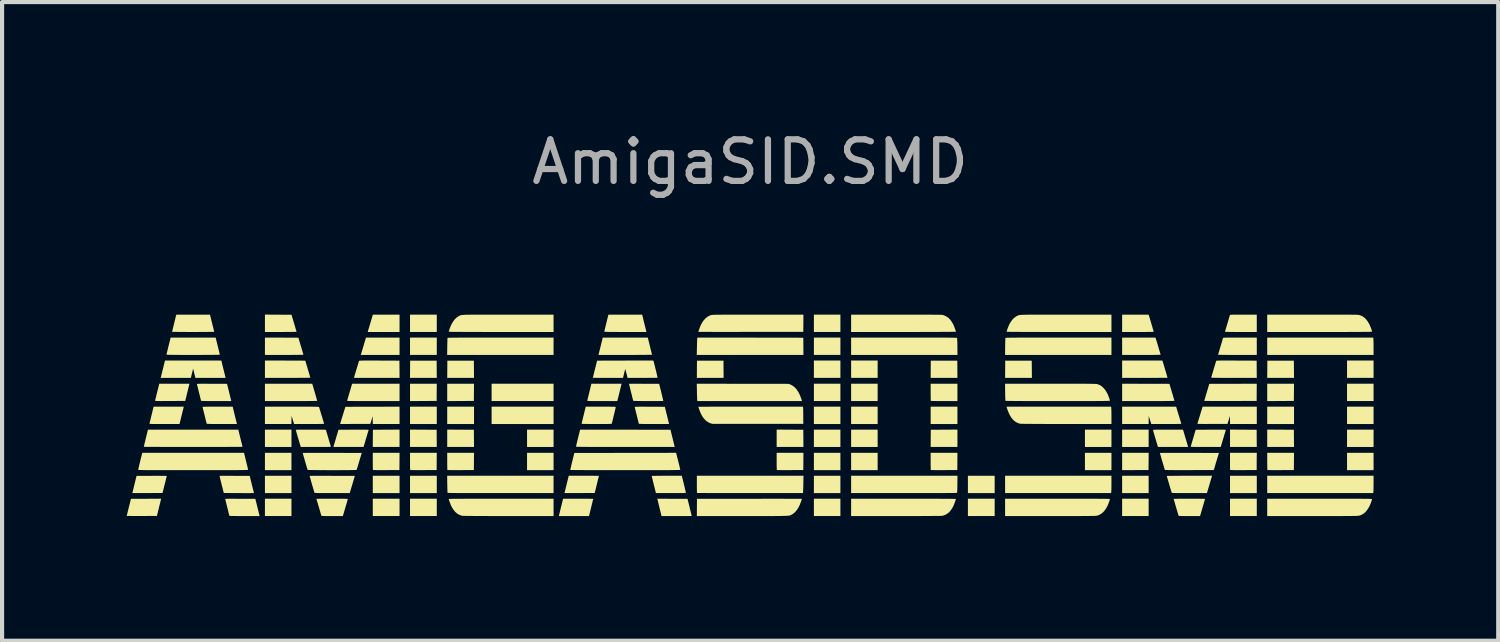
<source format=kicad_pcb>
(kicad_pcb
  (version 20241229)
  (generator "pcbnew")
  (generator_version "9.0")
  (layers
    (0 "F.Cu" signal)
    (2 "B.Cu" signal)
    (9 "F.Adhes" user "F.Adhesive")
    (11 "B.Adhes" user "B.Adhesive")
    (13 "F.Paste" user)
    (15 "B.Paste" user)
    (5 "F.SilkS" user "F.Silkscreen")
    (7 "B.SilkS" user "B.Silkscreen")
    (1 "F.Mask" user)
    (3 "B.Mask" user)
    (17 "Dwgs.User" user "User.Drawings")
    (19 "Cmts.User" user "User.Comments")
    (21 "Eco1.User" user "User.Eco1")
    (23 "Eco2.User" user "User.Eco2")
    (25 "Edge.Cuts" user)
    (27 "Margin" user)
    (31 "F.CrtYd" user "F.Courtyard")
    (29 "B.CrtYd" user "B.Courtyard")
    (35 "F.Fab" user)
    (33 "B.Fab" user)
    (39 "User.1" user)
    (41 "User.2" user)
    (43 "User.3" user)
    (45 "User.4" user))
  (footprint "AmigaSID.SMD"
    (layer "F.Cu")
    (at 15 6.944)
    (property "Reference" "AmigaSID.SMD" (at 0 -6.096 0) (unlocked yes) (layer "F.Fab") (effects (font (size 1 1) (thickness 0.15))))
    (attr smd)
    (fp_poly (pts (xy -11.037 0.761) (xy -11.675 0.761) (xy -11.675 0.344) (xy -11.037 0.344)) (stroke (width 0) (type solid)) (fill yes) (layer "F.SilkS"))
    (fp_poly (pts (xy -11.037 1.319) (xy -11.675 1.319) (xy -11.675 0.902) (xy -11.037 0.902)) (stroke (width 0) (type solid)) (fill yes) (layer "F.SilkS"))
    (fp_poly (pts (xy -11.037 1.871) (xy -11.675 1.871) (xy -11.675 1.454) (xy -11.037 1.454)) (stroke (width 0) (type solid)) (fill yes) (layer "F.SilkS"))
    (fp_poly (pts (xy -11.037 2.423) (xy -11.675 2.423) (xy -11.675 2.006) (xy -11.037 2.006)) (stroke (width 0) (type solid)) (fill yes) (layer "F.SilkS"))
    (fp_poly (pts (xy -8.436 1.871) (xy -9.08 1.871) (xy -9.08 1.454) (xy -8.436 1.454)) (stroke (width 0) (type solid)) (fill yes) (layer "F.SilkS"))
    (fp_poly (pts (xy -8.436 2.423) (xy -9.08 2.423) (xy -9.08 2.006) (xy -8.436 2.006)) (stroke (width 0) (type solid)) (fill yes) (layer "F.SilkS"))
    (fp_poly (pts (xy -7.54 -2.006) (xy -8.184 -2.006) (xy -8.184 -2.423) (xy -7.54 -2.423)) (stroke (width 0) (type solid)) (fill yes) (layer "F.SilkS"))
    (fp_poly (pts (xy -7.54 -1.454) (xy -8.184 -1.454) (xy -8.184 -1.871) (xy -7.54 -1.871)) (stroke (width 0) (type solid)) (fill yes) (layer "F.SilkS"))
    (fp_poly (pts (xy -7.54 0.209) (xy -8.184 0.209) (xy -8.184 -0.209) (xy -7.54 -0.209)) (stroke (width 0) (type solid)) (fill yes) (layer "F.SilkS"))
    (fp_poly (pts (xy -7.54 1.871) (xy -8.184 1.871) (xy -8.184 1.454) (xy -7.54 1.454)) (stroke (width 0) (type solid)) (fill yes) (layer "F.SilkS"))
    (fp_poly (pts (xy -7.54 2.423) (xy -8.184 2.423) (xy -8.184 2.006) (xy -7.54 2.006)) (stroke (width 0) (type solid)) (fill yes) (layer "F.SilkS"))
    (fp_poly (pts (xy -6.644 0.209) (xy -7.289 0.209) (xy -7.289 -0.209) (xy -6.644 -0.209)) (stroke (width 0) (type solid)) (fill yes) (layer "F.SilkS"))
    (fp_poly (pts (xy -4.73 -0.344) (xy -6.221 -0.344) (xy -6.221 -0.761) (xy -4.73 -0.761)) (stroke (width 0) (type solid)) (fill yes) (layer "F.SilkS"))
    (fp_poly (pts (xy -4.73 0.209) (xy -6.221 0.209) (xy -6.221 -0.209) (xy -4.73 -0.209)) (stroke (width 0) (type solid)) (fill yes) (layer "F.SilkS"))
    (fp_poly (pts (xy -4.73 0.761) (xy -5.368 0.761) (xy -5.368 0.344) (xy -4.73 0.344)) (stroke (width 0) (type solid)) (fill yes) (layer "F.SilkS"))
    (fp_poly (pts (xy -4.73 1.319) (xy -5.368 1.319) (xy -5.368 0.902) (xy -4.73 0.902)) (stroke (width 0) (type solid)) (fill yes) (layer "F.SilkS"))
    (fp_poly (pts (xy 2.172 -2.006) (xy 1.534 -2.006) (xy 1.534 -2.423) (xy 2.172 -2.423)) (stroke (width 0) (type solid)) (fill yes) (layer "F.SilkS"))
    (fp_poly (pts (xy 2.172 -1.454) (xy 1.534 -1.454) (xy 1.534 -1.871) (xy 2.172 -1.871)) (stroke (width 0) (type solid)) (fill yes) (layer "F.SilkS"))
    (fp_poly (pts (xy 2.172 -0.902) (xy 1.534 -0.902) (xy 1.534 -1.319) (xy 2.172 -1.319)) (stroke (width 0) (type solid)) (fill yes) (layer "F.SilkS"))
    (fp_poly (pts (xy 2.172 -0.344) (xy 1.534 -0.344) (xy 1.534 -0.761) (xy 2.172 -0.761)) (stroke (width 0) (type solid)) (fill yes) (layer "F.SilkS"))
    (fp_poly (pts (xy 2.172 0.209) (xy 1.534 0.209) (xy 1.534 -0.209) (xy 2.172 -0.209)) (stroke (width 0) (type solid)) (fill yes) (layer "F.SilkS"))
    (fp_poly (pts (xy 2.172 0.761) (xy 1.534 0.761) (xy 1.534 0.344) (xy 2.172 0.344)) (stroke (width 0) (type solid)) (fill yes) (layer "F.SilkS"))
    (fp_poly (pts (xy 2.172 1.319) (xy 1.534 1.319) (xy 1.534 0.902) (xy 2.172 0.902)) (stroke (width 0) (type solid)) (fill yes) (layer "F.SilkS"))
    (fp_poly (pts (xy 2.172 1.871) (xy 1.534 1.871) (xy 1.534 1.454) (xy 2.172 1.454)) (stroke (width 0) (type solid)) (fill yes) (layer "F.SilkS"))
    (fp_poly (pts (xy 2.172 2.423) (xy 1.534 2.423) (xy 1.534 2.006) (xy 2.172 2.006)) (stroke (width 0) (type solid)) (fill yes) (layer "F.SilkS"))
    (fp_poly (pts (xy 3.068 -0.902) (xy 2.43 -0.902) (xy 2.43 -1.319) (xy 3.068 -1.319)) (stroke (width 0) (type solid)) (fill yes) (layer "F.SilkS"))
    (fp_poly (pts (xy 3.068 -0.344) (xy 2.43 -0.344) (xy 2.43 -0.761) (xy 3.068 -0.761)) (stroke (width 0) (type solid)) (fill yes) (layer "F.SilkS"))
    (fp_poly (pts (xy 3.068 0.209) (xy 2.43 0.209) (xy 2.43 -0.209) (xy 3.068 -0.209)) (stroke (width 0) (type solid)) (fill yes) (layer "F.SilkS"))
    (fp_poly (pts (xy 3.068 0.761) (xy 2.43 0.761) (xy 2.43 0.344) (xy 3.068 0.344)) (stroke (width 0) (type solid)) (fill yes) (layer "F.SilkS"))
    (fp_poly (pts (xy 3.068 1.319) (xy 2.43 1.319) (xy 2.43 0.902) (xy 3.068 0.902)) (stroke (width 0) (type solid)) (fill yes) (layer "F.SilkS"))
    (fp_poly (pts (xy 4.988 0.209) (xy 4.344 0.209) (xy 4.344 -0.209) (xy 4.988 -0.209)) (stroke (width 0) (type solid)) (fill yes) (layer "F.SilkS"))
    (fp_poly (pts (xy 5.884 1.871) (xy 5.24 1.871) (xy 5.24 1.454) (xy 5.884 1.454)) (stroke (width 0) (type solid)) (fill yes) (layer "F.SilkS"))
    (fp_poly (pts (xy 5.884 2.423) (xy 5.24 2.423) (xy 5.24 2.006) (xy 5.884 2.006)) (stroke (width 0) (type solid)) (fill yes) (layer "F.SilkS"))
    (fp_poly (pts (xy 8.694 0.761) (xy 8.056 0.761) (xy 8.056 0.344) (xy 8.694 0.344)) (stroke (width 0) (type solid)) (fill yes) (layer "F.SilkS"))
    (fp_poly (pts (xy 8.694 1.319) (xy 8.056 1.319) (xy 8.056 0.902) (xy 8.694 0.902)) (stroke (width 0) (type solid)) (fill yes) (layer "F.SilkS"))
    (fp_poly (pts (xy 9.589 0.761) (xy 8.951 0.761) (xy 8.951 0.344) (xy 9.589 0.344)) (stroke (width 0) (type solid)) (fill yes) (layer "F.SilkS"))
    (fp_poly (pts (xy 9.589 1.871) (xy 8.951 1.871) (xy 8.951 1.454) (xy 9.589 1.454)) (stroke (width 0) (type solid)) (fill yes) (layer "F.SilkS"))
    (fp_poly (pts (xy 9.589 2.423) (xy 8.951 2.423) (xy 8.951 2.006) (xy 9.589 2.006)) (stroke (width 0) (type solid)) (fill yes) (layer "F.SilkS"))
    (fp_poly (pts (xy 12.191 1.871) (xy 11.547 1.871) (xy 11.547 1.454) (xy 12.191 1.454)) (stroke (width 0) (type solid)) (fill yes) (layer "F.SilkS"))
    (fp_poly (pts (xy 12.191 2.423) (xy 11.547 2.423) (xy 11.547 2.006) (xy 12.191 2.006)) (stroke (width 0) (type solid)) (fill yes) (layer "F.SilkS"))
    (fp_poly (pts (xy 13.087 0.209) (xy 12.442 0.209) (xy 12.442 -0.209) (xy 13.087 -0.209)) (stroke (width 0) (type solid)) (fill yes) (layer "F.SilkS"))
    (fp_poly (pts (xy 15.001 -0.902) (xy 14.363 -0.902) (xy 14.363 -1.319) (xy 15.001 -1.319)) (stroke (width 0) (type solid)) (fill yes) (layer "F.SilkS"))
    (fp_poly (pts (xy 15.001 -0.344) (xy 14.363 -0.344) (xy 14.363 -0.761) (xy 15.001 -0.761)) (stroke (width 0) (type solid)) (fill yes) (layer "F.SilkS"))
    (fp_poly (pts (xy 15.001 0.209) (xy 14.363 0.209) (xy 14.363 -0.209) (xy 15.001 -0.209)) (stroke (width 0) (type solid)) (fill yes) (layer "F.SilkS"))
    (fp_poly (pts (xy 15.001 0.761) (xy 14.363 0.761) (xy 14.363 0.344) (xy 15.001 0.344)) (stroke (width 0) (type solid)) (fill yes) (layer "F.SilkS"))
    (fp_poly (pts (xy 15.001 1.319) (xy 14.363 1.319) (xy 14.363 0.902) (xy 15.001 0.902)) (stroke (width 0) (type solid)) (fill yes) (layer "F.SilkS"))
    (fp_poly (pts (xy 4.988 -0.902) (xy 4.344 -0.902) (xy 4.345 -1.109) (xy 4.347 -1.316) (xy 4.985 -1.316)) (stroke (width 0) (type solid)) (fill yes) (layer "F.SilkS"))
    (fp_poly (pts (xy 6.778 -1.109) (xy 6.78 -0.902) (xy 6.135 -0.902) (xy 6.138 -1.316) (xy 6.776 -1.316)) (stroke (width 0) (type solid)) (fill yes) (layer "F.SilkS"))
    (fp_poly (pts (xy 9.588 1.109) (xy 9.586 1.316) (xy 8.951 1.319) (xy 8.951 0.902) (xy 9.59 0.902)) (stroke (width 0) (type solid)) (fill yes) (layer "F.SilkS"))
    (fp_poly (pts (xy -8.436 0.761) (xy -9.08 0.761) (xy -9.079 0.554) (xy -9.077 0.347) (xy -8.757 0.345) (xy -8.436 0.343)) (stroke (width 0) (type solid)) (fill yes) (layer "F.SilkS"))
    (fp_poly (pts (xy -7.864 0.345) (xy -7.543 0.347) (xy -7.542 0.554) (xy -7.54 0.761) (xy -8.184 0.761) (xy -8.184 0.343)) (stroke (width 0) (type solid)) (fill yes) (layer "F.SilkS"))
    (fp_poly (pts (xy -7.542 -1.109) (xy -7.54 -0.902) (xy -8.185 -0.902) (xy -8.183 -1.109) (xy -8.181 -1.316) (xy -7.543 -1.316)) (stroke (width 0) (type solid)) (fill yes) (layer "F.SilkS"))
    (fp_poly (pts (xy -7.542 -0.554) (xy -7.543 -0.347) (xy -7.864 -0.345) (xy -8.184 -0.343) (xy -8.184 -0.761) (xy -7.54 -0.761)) (stroke (width 0) (type solid)) (fill yes) (layer "F.SilkS"))
    (fp_poly (pts (xy -6.968 0.345) (xy -6.648 0.347) (xy -6.646 0.554) (xy -6.644 0.761) (xy -7.289 0.761) (xy -7.289 0.343)) (stroke (width 0) (type solid)) (fill yes) (layer "F.SilkS"))
    (fp_poly (pts (xy -6.646 -1.109) (xy -6.644 -0.902) (xy -7.289 -0.902) (xy -7.287 -1.109) (xy -7.286 -1.316) (xy -6.648 -1.316)) (stroke (width 0) (type solid)) (fill yes) (layer "F.SilkS"))
    (fp_poly (pts (xy -6.646 -0.554) (xy -6.648 -0.347) (xy -6.968 -0.345) (xy -7.289 -0.343) (xy -7.289 -0.761) (xy -6.644 -0.761)) (stroke (width 0) (type solid)) (fill yes) (layer "F.SilkS"))
    (fp_poly (pts (xy -0.64 -1.109) (xy -0.638 -0.902) (xy -1.282 -0.902) (xy -1.281 -1.109) (xy -1.279 -1.316) (xy -0.641 -1.316)) (stroke (width 0) (type solid)) (fill yes) (layer "F.SilkS"))
    (fp_poly (pts (xy 0.959 0.345) (xy 1.279 0.347) (xy 1.281 0.554) (xy 1.282 0.761) (xy 0.638 0.761) (xy 0.638 0.343)) (stroke (width 0) (type solid)) (fill yes) (layer "F.SilkS"))
    (fp_poly (pts (xy 4.988 0.761) (xy 4.344 0.761) (xy 4.345 0.554) (xy 4.347 0.347) (xy 4.667 0.345) (xy 4.988 0.343)) (stroke (width 0) (type solid)) (fill yes) (layer "F.SilkS"))
    (fp_poly (pts (xy 11.867 0.345) (xy 12.188 0.347) (xy 12.189 0.554) (xy 12.191 0.761) (xy 11.547 0.761) (xy 11.547 0.343)) (stroke (width 0) (type solid)) (fill yes) (layer "F.SilkS"))
    (fp_poly (pts (xy 12.763 0.345) (xy 13.083 0.347) (xy 13.085 0.554) (xy 13.087 0.761) (xy 12.442 0.761) (xy 12.442 0.343)) (stroke (width 0) (type solid)) (fill yes) (layer "F.SilkS"))
    (fp_poly (pts (xy 13.085 -1.109) (xy 13.087 -0.902) (xy 12.442 -0.902) (xy 12.444 -1.109) (xy 12.445 -1.316) (xy 13.083 -1.316)) (stroke (width 0) (type solid)) (fill yes) (layer "F.SilkS"))
    (fp_poly (pts (xy 13.085 -0.554) (xy 13.083 -0.347) (xy 12.763 -0.345) (xy 12.442 -0.343) (xy 12.442 -0.761) (xy 13.087 -0.761)) (stroke (width 0) (type solid)) (fill yes) (layer "F.SilkS"))
    (fp_poly (pts (xy 8.694 1.625) (xy 8.694 1.672) (xy 8.693 1.716) (xy 8.693 1.757) (xy 8.692 1.792) (xy 8.691 1.818) (xy 8.69 1.834) (xy 8.686 1.871) (xy 6.135 1.871) (xy 6.135 1.454) (xy 8.694 1.454)) (stroke (width 0) (type solid)) (fill yes) (layer "F.SilkS"))
    (fp_poly (pts (xy 14.997 -1.834) (xy 14.998 -1.817) (xy 14.999 -1.791) (xy 15 -1.756) (xy 15 -1.716) (xy 15.001 -1.671) (xy 15.001 -1.625) (xy 15.001 -1.454) (xy 12.442 -1.454) (xy 12.442 -1.871) (xy 14.993 -1.871)) (stroke (width 0) (type solid)) (fill yes) (layer "F.SilkS"))
    (fp_poly (pts (xy 15.001 1.625) (xy 15.001 1.672) (xy 15 1.716) (xy 15 1.757) (xy 14.999 1.792) (xy 14.998 1.818) (xy 14.997 1.834) (xy 14.993 1.871) (xy 12.442 1.871) (xy 12.442 1.454) (xy 15.001 1.454)) (stroke (width 0) (type solid)) (fill yes) (layer "F.SilkS"))
    (fp_poly (pts (xy -8.436 -2.006) (xy -9.202 -2.006) (xy -9.194 -2.035) (xy -9.19 -2.049) (xy -9.183 -2.072) (xy -9.173 -2.103) (xy -9.162 -2.141) (xy -9.149 -2.184) (xy -9.136 -2.23) (xy -9.131 -2.244) (xy -9.078 -2.423) (xy -8.436 -2.423)) (stroke (width 0) (type solid)) (fill yes) (layer "F.SilkS"))
    (fp_poly (pts (xy -8.436 -1.454) (xy -9.368 -1.454) (xy -9.359 -1.483) (xy -9.355 -1.496) (xy -9.348 -1.52) (xy -9.339 -1.551) (xy -9.328 -1.589) (xy -9.315 -1.632) (xy -9.301 -1.678) (xy -9.297 -1.692) (xy -9.244 -1.871) (xy -8.436 -1.871)) (stroke (width 0) (type solid)) (fill yes) (layer "F.SilkS"))
    (fp_poly (pts (xy 0.005 -1.87) (xy 1.279 -1.868) (xy 1.281 -1.661) (xy 1.282 -1.454) (xy -1.284 -1.454) (xy -1.28 -1.646) (xy -1.279 -1.694) (xy -1.278 -1.739) (xy -1.277 -1.778) (xy -1.275 -1.812) (xy -1.274 -1.836) (xy -1.273 -1.851) (xy -1.272 -1.854) (xy -1.269 -1.871)) (stroke (width 0) (type solid)) (fill yes) (layer "F.SilkS"))
    (fp_poly (pts (xy -8.436 0.209) (xy -9.08 0.209) (xy -9.082 0.115) (xy -9.083 0.021) (xy -9.111 0.114) (xy -9.139 0.206) (xy -9.503 0.207) (xy -9.866 0.209) (xy -9.862 0.195) (xy -9.86 0.186) (xy -9.854 0.166) (xy -9.845 0.138) (xy -9.835 0.103) (xy -9.822 0.062) (xy -9.808 0.017) (xy -9.799 -0.012) (xy -9.739 -0.206) (xy -9.088 -0.207) (xy -8.436 -0.209)) (stroke (width 0) (type solid)) (fill yes) (layer "F.SilkS"))
    (fp_poly (pts (xy 4.985 1.316) (xy 4.668 1.318) (xy 4.607 1.318) (xy 4.55 1.318) (xy 4.497 1.318) (xy 4.451 1.318) (xy 4.412 1.317) (xy 4.381 1.317) (xy 4.359 1.316) (xy 4.349 1.315) (xy 4.348 1.315) (xy 4.347 1.308) (xy 4.346 1.29) (xy 4.345 1.263) (xy 4.345 1.228) (xy 4.344 1.187) (xy 4.344 1.141) (xy 4.344 1.106) (xy 4.344 0.902) (xy 4.988 0.902)) (stroke (width 0) (type solid)) (fill yes) (layer "F.SilkS"))
    (fp_poly (pts (xy 4.988 -0.344) (xy 4.67 -0.344) (xy 4.609 -0.344) (xy 4.551 -0.344) (xy 4.498 -0.344) (xy 4.452 -0.345) (xy 4.412 -0.345) (xy 4.381 -0.346) (xy 4.36 -0.347) (xy 4.349 -0.347) (xy 4.348 -0.348) (xy 4.347 -0.355) (xy 4.346 -0.372) (xy 4.345 -0.399) (xy 4.345 -0.434) (xy 4.344 -0.476) (xy 4.344 -0.522) (xy 4.344 -0.556) (xy 4.344 -0.761) (xy 4.988 -0.761)) (stroke (width 0) (type solid)) (fill yes) (layer "F.SilkS"))
    (fp_poly (pts (xy -11.036 -2.42) (xy -10.975 -2.218) (xy -10.961 -2.17) (xy -10.948 -2.126) (xy -10.937 -2.087) (xy -10.927 -2.055) (xy -10.92 -2.031) (xy -10.916 -2.015) (xy -10.915 -2.011) (xy -10.921 -2.01) (xy -10.938 -2.009) (xy -10.965 -2.009) (xy -11.002 -2.008) (xy -11.046 -2.007) (xy -11.098 -2.007) (xy -11.156 -2.007) (xy -11.218 -2.006) (xy -11.285 -2.006) (xy -11.295 -2.006) (xy -11.675 -2.006) (xy -11.675 -2.424)) (stroke (width 0) (type solid)) (fill yes) (layer "F.SilkS"))
    (fp_poly (pts (xy -8.437 1.109) (xy -8.439 1.316) (xy -8.755 1.318) (xy -8.817 1.318) (xy -8.874 1.318) (xy -8.927 1.318) (xy -8.973 1.318) (xy -9.012 1.317) (xy -9.043 1.317) (xy -9.065 1.316) (xy -9.075 1.315) (xy -9.076 1.315) (xy -9.077 1.308) (xy -9.078 1.29) (xy -9.079 1.263) (xy -9.079 1.228) (xy -9.08 1.187) (xy -9.08 1.141) (xy -9.08 1.106) (xy -9.08 0.902) (xy -8.436 0.902)) (stroke (width 0) (type solid)) (fill yes) (layer "F.SilkS"))
    (fp_poly (pts (xy -7.542 1.109) (xy -7.543 1.316) (xy -7.86 1.318) (xy -7.921 1.318) (xy -7.978 1.318) (xy -8.031 1.318) (xy -8.077 1.318) (xy -8.117 1.317) (xy -8.147 1.317) (xy -8.169 1.316) (xy -8.179 1.315) (xy -8.18 1.315) (xy -8.181 1.308) (xy -8.182 1.29) (xy -8.183 1.263) (xy -8.184 1.228) (xy -8.184 1.187) (xy -8.184 1.141) (xy -8.184 1.106) (xy -8.184 0.902) (xy -7.54 0.902)) (stroke (width 0) (type solid)) (fill yes) (layer "F.SilkS"))
    (fp_poly (pts (xy -6.646 1.109) (xy -6.648 1.316) (xy -6.964 1.318) (xy -7.025 1.318) (xy -7.083 1.318) (xy -7.135 1.318) (xy -7.182 1.318) (xy -7.221 1.317) (xy -7.252 1.317) (xy -7.273 1.316) (xy -7.284 1.315) (xy -7.285 1.315) (xy -7.286 1.308) (xy -7.286 1.29) (xy -7.287 1.263) (xy -7.288 1.228) (xy -7.288 1.187) (xy -7.289 1.141) (xy -7.289 1.106) (xy -7.289 0.902) (xy -6.644 0.902)) (stroke (width 0) (type solid)) (fill yes) (layer "F.SilkS"))
    (fp_poly (pts (xy 1.281 1.109) (xy 1.279 1.316) (xy 0.963 1.318) (xy 0.902 1.318) (xy 0.844 1.318) (xy 0.792 1.318) (xy 0.745 1.318) (xy 0.706 1.317) (xy 0.675 1.317) (xy 0.654 1.316) (xy 0.643 1.315) (xy 0.642 1.315) (xy 0.641 1.308) (xy 0.64 1.29) (xy 0.64 1.263) (xy 0.639 1.228) (xy 0.638 1.187) (xy 0.638 1.141) (xy 0.638 1.106) (xy 0.638 0.902) (xy 1.282 0.902)) (stroke (width 0) (type solid)) (fill yes) (layer "F.SilkS"))
    (fp_poly (pts (xy 12.189 1.109) (xy 12.188 1.316) (xy 11.871 1.318) (xy 11.81 1.318) (xy 11.753 1.318) (xy 11.7 1.318) (xy 11.654 1.318) (xy 11.614 1.317) (xy 11.584 1.317) (xy 11.562 1.316) (xy 11.552 1.315) (xy 11.551 1.315) (xy 11.55 1.308) (xy 11.549 1.29) (xy 11.548 1.263) (xy 11.547 1.228) (xy 11.547 1.187) (xy 11.547 1.141) (xy 11.547 1.106) (xy 11.547 0.902) (xy 12.191 0.902)) (stroke (width 0) (type solid)) (fill yes) (layer "F.SilkS"))
    (fp_poly (pts (xy 13.085 1.109) (xy 13.083 1.316) (xy 12.767 1.318) (xy 12.706 1.318) (xy 12.648 1.318) (xy 12.596 1.318) (xy 12.549 1.318) (xy 12.51 1.317) (xy 12.479 1.317) (xy 12.458 1.316) (xy 12.447 1.315) (xy 12.446 1.315) (xy 12.445 1.308) (xy 12.445 1.29) (xy 12.444 1.263) (xy 12.443 1.228) (xy 12.443 1.187) (xy 12.442 1.141) (xy 12.442 1.106) (xy 12.442 0.902) (xy 13.087 0.902)) (stroke (width 0) (type solid)) (fill yes) (layer "F.SilkS"))
    (fp_poly (pts (xy -11.273 -1.87) (xy -10.87 -1.868) (xy -10.81 -1.666) (xy -10.795 -1.618) (xy -10.782 -1.574) (xy -10.771 -1.535) (xy -10.762 -1.503) (xy -10.754 -1.478) (xy -10.75 -1.463) (xy -10.749 -1.459) (xy -10.755 -1.458) (xy -10.772 -1.457) (xy -10.8 -1.457) (xy -10.837 -1.456) (xy -10.883 -1.455) (xy -10.936 -1.455) (xy -10.996 -1.455) (xy -11.061 -1.454) (xy -11.131 -1.454) (xy -11.205 -1.454) (xy -11.675 -1.454) (xy -11.675 -1.871)) (stroke (width 0) (type solid)) (fill yes) (layer "F.SilkS"))
    (fp_poly (pts (xy -11.19 -1.318) (xy -10.704 -1.316) (xy -10.644 -1.114) (xy -10.63 -1.066) (xy -10.617 -1.022) (xy -10.605 -0.983) (xy -10.596 -0.951) (xy -10.589 -0.926) (xy -10.585 -0.911) (xy -10.583 -0.906) (xy -10.589 -0.906) (xy -10.607 -0.905) (xy -10.635 -0.905) (xy -10.672 -0.904) (xy -10.719 -0.903) (xy -10.773 -0.903) (xy -10.834 -0.903) (xy -10.902 -0.902) (xy -10.974 -0.902) (xy -11.052 -0.902) (xy -11.129 -0.902) (xy -11.675 -0.902) (xy -11.675 -1.319)) (stroke (width 0) (type solid)) (fill yes) (layer "F.SilkS"))
    (fp_poly (pts (xy -11.106 -0.761) (xy -10.537 -0.761) (xy -10.477 -0.557) (xy -10.463 -0.509) (xy -10.45 -0.465) (xy -10.439 -0.426) (xy -10.43 -0.393) (xy -10.423 -0.368) (xy -10.418 -0.353) (xy -10.417 -0.348) (xy -10.423 -0.348) (xy -10.441 -0.347) (xy -10.469 -0.346) (xy -10.507 -0.346) (xy -10.554 -0.345) (xy -10.609 -0.345) (xy -10.672 -0.344) (xy -10.741 -0.344) (xy -10.816 -0.344) (xy -10.896 -0.344) (xy -10.98 -0.344) (xy -11.047 -0.344) (xy -11.675 -0.344) (xy -11.675 -0.761)) (stroke (width 0) (type solid)) (fill yes) (layer "F.SilkS"))
    (fp_poly (pts (xy -0.177 -0.759) (xy 0.929 -0.758) (xy 0.965 -0.743) (xy 1.02 -0.715) (xy 1.069 -0.678) (xy 1.114 -0.63) (xy 1.154 -0.571) (xy 1.173 -0.536) (xy 1.19 -0.501) (xy 1.207 -0.462) (xy 1.222 -0.422) (xy 1.235 -0.385) (xy 1.242 -0.36) (xy 1.246 -0.344) (xy -1.269 -0.344) (xy -1.272 -0.36) (xy -1.274 -0.371) (xy -1.275 -0.391) (xy -1.276 -0.421) (xy -1.277 -0.458) (xy -1.279 -0.501) (xy -1.28 -0.548) (xy -1.28 -0.569) (xy -1.284 -0.761)) (stroke (width 0) (type solid)) (fill yes) (layer "F.SilkS"))
    (fp_poly (pts (xy 12.189 -0.554) (xy 12.188 -0.347) (xy 11.557 -0.345) (xy 11.47 -0.345) (xy 11.387 -0.345) (xy 11.308 -0.345) (xy 11.235 -0.345) (xy 11.167 -0.345) (xy 11.106 -0.345) (xy 11.052 -0.346) (xy 11.007 -0.346) (xy 10.971 -0.347) (xy 10.946 -0.347) (xy 10.931 -0.348) (xy 10.927 -0.348) (xy 10.929 -0.355) (xy 10.934 -0.372) (xy 10.941 -0.398) (xy 10.951 -0.432) (xy 10.963 -0.472) (xy 10.976 -0.517) (xy 10.988 -0.555) (xy 11.048 -0.758) (xy 11.619 -0.759) (xy 12.191 -0.761)) (stroke (width 0) (type solid)) (fill yes) (layer "F.SilkS"))
    (fp_poly (pts (xy 9.52 -0.759) (xy 10.089 -0.758) (xy 10.149 -0.558) (xy 10.163 -0.511) (xy 10.176 -0.467) (xy 10.187 -0.428) (xy 10.197 -0.396) (xy 10.204 -0.371) (xy 10.208 -0.356) (xy 10.209 -0.351) (xy 10.207 -0.35) (xy 10.2 -0.349) (xy 10.187 -0.348) (xy 10.168 -0.347) (xy 10.143 -0.346) (xy 10.11 -0.346) (xy 10.07 -0.345) (xy 10.021 -0.345) (xy 9.963 -0.344) (xy 9.895 -0.344) (xy 9.817 -0.344) (xy 9.728 -0.344) (xy 9.628 -0.344) (xy 9.58 -0.344) (xy 8.951 -0.344) (xy 8.951 -0.761)) (stroke (width 0) (type solid)) (fill yes) (layer "F.SilkS"))
    (fp_poly (pts (xy 12.191 0.209) (xy 11.547 0.209) (xy 11.546 0.015) (xy 11.516 0.11) (xy 11.487 0.206) (xy 11.124 0.207) (xy 11.046 0.207) (xy 10.981 0.208) (xy 10.926 0.208) (xy 10.88 0.207) (xy 10.844 0.207) (xy 10.815 0.207) (xy 10.794 0.206) (xy 10.779 0.205) (xy 10.769 0.204) (xy 10.764 0.202) (xy 10.762 0.2) (xy 10.762 0.2) (xy 10.765 0.192) (xy 10.77 0.174) (xy 10.778 0.147) (xy 10.789 0.113) (xy 10.801 0.073) (xy 10.815 0.028) (xy 10.826 -0.008) (xy 10.887 -0.208) (xy 11.539 -0.209) (xy 12.191 -0.209)) (stroke (width 0) (type solid)) (fill yes) (layer "F.SilkS"))
    (fp_poly (pts (xy -14.217 1.455) (xy -14.166 1.456) (xy -14.122 1.456) (xy -14.086 1.457) (xy -14.059 1.457) (xy -14.043 1.458) (xy -14.038 1.459) (xy -14.039 1.465) (xy -14.043 1.483) (xy -14.05 1.509) (xy -14.058 1.543) (xy -14.068 1.584) (xy -14.079 1.629) (xy -14.089 1.666) (xy -14.139 1.868) (xy -14.503 1.87) (xy -14.866 1.871) (xy -14.862 1.854) (xy -14.859 1.844) (xy -14.854 1.824) (xy -14.847 1.795) (xy -14.838 1.759) (xy -14.828 1.717) (xy -14.817 1.671) (xy -14.811 1.647) (xy -14.764 1.457) (xy -14.401 1.456) (xy -14.335 1.455) (xy -14.274 1.455)) (stroke (width 0) (type solid)) (fill yes) (layer "F.SilkS"))
    (fp_poly (pts (xy -3.936 1.454) (xy -3.875 1.454) (xy -3.818 1.454) (xy -3.767 1.454) (xy -3.723 1.455) (xy -3.687 1.455) (xy -3.66 1.455) (xy -3.644 1.455) (xy -3.639 1.456) (xy -3.64 1.462) (xy -3.644 1.478) (xy -3.65 1.504) (xy -3.659 1.538) (xy -3.669 1.578) (xy -3.68 1.623) (xy -3.689 1.663) (xy -3.74 1.868) (xy -4.104 1.87) (xy -4.468 1.871) (xy -4.464 1.858) (xy -4.462 1.848) (xy -4.457 1.829) (xy -4.45 1.8) (xy -4.441 1.765) (xy -4.431 1.723) (xy -4.42 1.677) (xy -4.413 1.649) (xy -4.365 1.454) (xy -4.002 1.454)) (stroke (width 0) (type solid)) (fill yes) (layer "F.SilkS"))
    (fp_poly (pts (xy -1.871 2.008) (xy -1.507 2.009) (xy -1.456 2.215) (xy -1.445 2.263) (xy -1.434 2.307) (xy -1.424 2.346) (xy -1.416 2.379) (xy -1.41 2.403) (xy -1.406 2.418) (xy -1.405 2.422) (xy -1.411 2.422) (xy -1.428 2.422) (xy -1.456 2.423) (xy -1.492 2.423) (xy -1.536 2.423) (xy -1.587 2.423) (xy -1.645 2.423) (xy -1.707 2.423) (xy -1.769 2.423) (xy -2.132 2.423) (xy -2.18 2.229) (xy -2.191 2.181) (xy -2.202 2.137) (xy -2.212 2.097) (xy -2.22 2.065) (xy -2.226 2.04) (xy -2.23 2.024) (xy -2.231 2.02) (xy -2.235 2.006)) (stroke (width 0) (type solid)) (fill yes) (layer "F.SilkS"))
    (fp_poly (pts (xy 9.598 -2.394) (xy 9.601 -2.383) (xy 9.608 -2.362) (xy 9.617 -2.332) (xy 9.627 -2.297) (xy 9.639 -2.257) (xy 9.652 -2.215) (xy 9.664 -2.172) (xy 9.677 -2.13) (xy 9.688 -2.091) (xy 9.698 -2.057) (xy 9.706 -2.03) (xy 9.71 -2.017) (xy 9.71 -2.015) (xy 9.708 -2.013) (xy 9.704 -2.011) (xy 9.696 -2.01) (xy 9.684 -2.009) (xy 9.667 -2.008) (xy 9.643 -2.007) (xy 9.612 -2.007) (xy 9.573 -2.007) (xy 9.526 -2.006) (xy 9.469 -2.006) (xy 9.401 -2.006) (xy 9.332 -2.006) (xy 8.951 -2.006) (xy 8.951 -2.423) (xy 9.588 -2.423)) (stroke (width 0) (type solid)) (fill yes) (layer "F.SilkS"))
    (fp_poly (pts (xy 9.929 -1.29) (xy 9.934 -1.275) (xy 9.941 -1.252) (xy 9.95 -1.221) (xy 9.961 -1.185) (xy 9.973 -1.146) (xy 9.985 -1.105) (xy 9.997 -1.063) (xy 10.009 -1.023) (xy 10.02 -0.987) (xy 10.029 -0.955) (xy 10.037 -0.929) (xy 10.042 -0.912) (xy 10.043 -0.905) (xy 10.043 -0.905) (xy 10.037 -0.905) (xy 10.02 -0.904) (xy 9.992 -0.904) (xy 9.955 -0.903) (xy 9.908 -0.903) (xy 9.854 -0.903) (xy 9.793 -0.902) (xy 9.725 -0.902) (xy 9.652 -0.902) (xy 9.575 -0.902) (xy 9.497 -0.902) (xy 8.951 -0.902) (xy 8.951 -1.319) (xy 9.92 -1.319)) (stroke (width 0) (type solid)) (fill yes) (layer "F.SilkS"))
    (fp_poly (pts (xy 10.312 -0.005) (xy 10.327 0.043) (xy 10.34 0.087) (xy 10.352 0.126) (xy 10.362 0.159) (xy 10.369 0.184) (xy 10.374 0.199) (xy 10.375 0.204) (xy 10.369 0.205) (xy 10.352 0.206) (xy 10.324 0.206) (xy 10.288 0.207) (xy 10.244 0.208) (xy 10.192 0.208) (xy 10.135 0.208) (xy 10.073 0.209) (xy 10.013 0.209) (xy 9.652 0.209) (xy 9.633 0.146) (xy 9.623 0.115) (xy 9.614 0.085) (xy 9.605 0.06) (xy 9.602 0.049) (xy 9.59 0.015) (xy 9.59 0.112) (xy 9.589 0.209) (xy 8.951 0.209) (xy 8.951 -0.209) (xy 10.25 -0.209)) (stroke (width 0) (type solid)) (fill yes) (layer "F.SilkS"))
    (fp_poly (pts (xy 10.469 0.523) (xy 10.483 0.569) (xy 10.496 0.613) (xy 10.507 0.653) (xy 10.517 0.686) (xy 10.525 0.712) (xy 10.53 0.729) (xy 10.531 0.732) (xy 10.54 0.761) (xy 9.813 0.761) (xy 9.753 0.56) (xy 9.739 0.512) (xy 9.726 0.468) (xy 9.715 0.429) (xy 9.706 0.396) (xy 9.699 0.372) (xy 9.695 0.356) (xy 9.694 0.351) (xy 9.696 0.35) (xy 9.704 0.348) (xy 9.718 0.347) (xy 9.739 0.346) (xy 9.767 0.345) (xy 9.804 0.345) (xy 9.85 0.344) (xy 9.906 0.344) (xy 9.973 0.344) (xy 10.051 0.344) (xy 10.416 0.344)) (stroke (width 0) (type solid)) (fill yes) (layer "F.SilkS"))
    (fp_poly (pts (xy -8.436 -0.344) (xy -9.068 -0.344) (xy -9.17 -0.344) (xy -9.261 -0.344) (xy -9.34 -0.344) (xy -9.41 -0.344) (xy -9.47 -0.344) (xy -9.521 -0.344) (xy -9.563 -0.345) (xy -9.599 -0.345) (xy -9.628 -0.345) (xy -9.65 -0.346) (xy -9.668 -0.347) (xy -9.68 -0.348) (xy -9.689 -0.349) (xy -9.694 -0.35) (xy -9.697 -0.352) (xy -9.698 -0.353) (xy -9.698 -0.354) (xy -9.68 -0.414) (xy -9.663 -0.472) (xy -9.646 -0.528) (xy -9.631 -0.579) (xy -9.617 -0.626) (xy -9.605 -0.666) (xy -9.596 -0.697) (xy -9.589 -0.72) (xy -9.586 -0.732) (xy -9.576 -0.761) (xy -8.436 -0.761)) (stroke (width 0) (type solid)) (fill yes) (layer "F.SilkS"))
    (fp_poly (pts (xy 4.987 1.655) (xy 4.986 1.704) (xy 4.985 1.749) (xy 4.984 1.788) (xy 4.983 1.821) (xy 4.982 1.845) (xy 4.981 1.86) (xy 4.98 1.864) (xy 4.977 1.865) (xy 4.97 1.865) (xy 4.957 1.866) (xy 4.939 1.867) (xy 4.915 1.867) (xy 4.885 1.868) (xy 4.848 1.869) (xy 4.804 1.869) (xy 4.752 1.869) (xy 4.692 1.87) (xy 4.624 1.87) (xy 4.547 1.87) (xy 4.461 1.871) (xy 4.365 1.871) (xy 4.259 1.871) (xy 4.142 1.871) (xy 4.014 1.871) (xy 3.875 1.871) (xy 3.725 1.871) (xy 2.43 1.871) (xy 2.43 1.454) (xy 4.989 1.454)) (stroke (width 0) (type solid)) (fill yes) (layer "F.SilkS"))
    (fp_poly (pts (xy 9.763 -1.842) (xy 9.767 -1.831) (xy 9.773 -1.81) (xy 9.782 -1.78) (xy 9.793 -1.745) (xy 9.805 -1.705) (xy 9.817 -1.663) (xy 9.83 -1.619) (xy 9.842 -1.578) (xy 9.854 -1.539) (xy 9.864 -1.505) (xy 9.872 -1.477) (xy 9.876 -1.465) (xy 9.876 -1.463) (xy 9.874 -1.461) (xy 9.87 -1.46) (xy 9.863 -1.458) (xy 9.852 -1.457) (xy 9.835 -1.456) (xy 9.814 -1.456) (xy 9.785 -1.455) (xy 9.75 -1.455) (xy 9.706 -1.454) (xy 9.654 -1.454) (xy 9.592 -1.454) (xy 9.519 -1.454) (xy 9.435 -1.454) (xy 8.951 -1.454) (xy 8.951 -1.871) (xy 9.754 -1.871)) (stroke (width 0) (type solid)) (fill yes) (layer "F.SilkS"))
    (fp_poly (pts (xy -4.73 -1.454) (xy -7.29 -1.454) (xy -7.288 -1.655) (xy -7.287 -1.704) (xy -7.286 -1.749) (xy -7.285 -1.788) (xy -7.284 -1.821) (xy -7.283 -1.845) (xy -7.281 -1.86) (xy -7.281 -1.864) (xy -7.278 -1.865) (xy -7.27 -1.865) (xy -7.258 -1.866) (xy -7.24 -1.867) (xy -7.216 -1.867) (xy -7.186 -1.868) (xy -7.149 -1.869) (xy -7.104 -1.869) (xy -7.053 -1.869) (xy -6.993 -1.87) (xy -6.925 -1.87) (xy -6.848 -1.87) (xy -6.761 -1.871) (xy -6.665 -1.871) (xy -6.559 -1.871) (xy -6.442 -1.871) (xy -6.315 -1.871) (xy -6.176 -1.871) (xy -6.025 -1.871) (xy -6.003 -1.871) (xy -4.73 -1.871)) (stroke (width 0) (type solid)) (fill yes) (layer "F.SilkS"))
    (fp_poly (pts (xy -4.73 1.871) (xy -6.003 1.871) (xy -6.155 1.871) (xy -6.296 1.871) (xy -6.425 1.871) (xy -6.543 1.871) (xy -6.651 1.871) (xy -6.748 1.871) (xy -6.836 1.87) (xy -6.914 1.87) (xy -6.984 1.87) (xy -7.045 1.87) (xy -7.098 1.869) (xy -7.143 1.869) (xy -7.181 1.868) (xy -7.212 1.868) (xy -7.237 1.867) (xy -7.256 1.866) (xy -7.269 1.865) (xy -7.277 1.865) (xy -7.28 1.864) (xy -7.281 1.864) (xy -7.282 1.856) (xy -7.283 1.837) (xy -7.284 1.809) (xy -7.285 1.774) (xy -7.286 1.732) (xy -7.287 1.686) (xy -7.288 1.655) (xy -7.29 1.454) (xy -4.73 1.454)) (stroke (width 0) (type solid)) (fill yes) (layer "F.SilkS"))
    (fp_poly (pts (xy -2.551 -2.229) (xy -2.539 -2.181) (xy -2.528 -2.137) (xy -2.518 -2.097) (xy -2.51 -2.065) (xy -2.504 -2.04) (xy -2.5 -2.024) (xy -2.499 -2.02) (xy -2.496 -2.006) (xy -3.002 -2.006) (xy -3.098 -2.006) (xy -3.182 -2.006) (xy -3.255 -2.007) (xy -3.317 -2.007) (xy -3.37 -2.007) (xy -3.413 -2.008) (xy -3.447 -2.009) (xy -3.473 -2.009) (xy -3.492 -2.01) (xy -3.504 -2.012) (xy -3.509 -2.013) (xy -3.509 -2.014) (xy -3.508 -2.021) (xy -3.504 -2.039) (xy -3.498 -2.066) (xy -3.489 -2.101) (xy -3.48 -2.141) (xy -3.468 -2.187) (xy -3.46 -2.222) (xy -3.41 -2.423) (xy -2.598 -2.423)) (stroke (width 0) (type solid)) (fill yes) (layer "F.SilkS"))
    (fp_poly (pts (xy -2.412 -1.667) (xy -2.401 -1.619) (xy -2.39 -1.575) (xy -2.38 -1.535) (xy -2.372 -1.503) (xy -2.366 -1.478) (xy -2.363 -1.463) (xy -2.362 -1.459) (xy -2.368 -1.458) (xy -2.386 -1.457) (xy -2.414 -1.457) (xy -2.452 -1.456) (xy -2.499 -1.456) (xy -2.554 -1.455) (xy -2.617 -1.455) (xy -2.686 -1.455) (xy -2.762 -1.454) (xy -2.842 -1.454) (xy -2.926 -1.454) (xy -3.005 -1.454) (xy -3.649 -1.454) (xy -3.603 -1.64) (xy -3.592 -1.687) (xy -3.581 -1.731) (xy -3.571 -1.77) (xy -3.563 -1.804) (xy -3.557 -1.829) (xy -3.553 -1.845) (xy -3.552 -1.848) (xy -3.546 -1.871) (xy -2.463 -1.871)) (stroke (width 0) (type solid)) (fill yes) (layer "F.SilkS"))
    (fp_poly (pts (xy 3.855 -1.871) (xy 3.995 -1.871) (xy 4.125 -1.871) (xy 4.243 -1.871) (xy 4.35 -1.871) (xy 4.448 -1.871) (xy 4.535 -1.87) (xy 4.614 -1.87) (xy 4.683 -1.87) (xy 4.744 -1.87) (xy 4.797 -1.869) (xy 4.842 -1.869) (xy 4.88 -1.868) (xy 4.911 -1.868) (xy 4.936 -1.867) (xy 4.955 -1.866) (xy 4.968 -1.865) (xy 4.976 -1.865) (xy 4.98 -1.864) (xy 4.98 -1.864) (xy 4.981 -1.856) (xy 4.982 -1.837) (xy 4.983 -1.809) (xy 4.985 -1.774) (xy 4.986 -1.732) (xy 4.987 -1.686) (xy 4.987 -1.655) (xy 4.989 -1.454) (xy 2.43 -1.454) (xy 2.43 -1.871) (xy 3.702 -1.871)) (stroke (width 0) (type solid)) (fill yes) (layer "F.SilkS"))
    (fp_poly (pts (xy 8.694 -1.454) (xy 6.134 -1.454) (xy 6.136 -1.655) (xy 6.137 -1.704) (xy 6.138 -1.749) (xy 6.139 -1.788) (xy 6.14 -1.821) (xy 6.141 -1.845) (xy 6.143 -1.86) (xy 6.143 -1.864) (xy 6.146 -1.865) (xy 6.154 -1.865) (xy 6.166 -1.866) (xy 6.184 -1.867) (xy 6.208 -1.867) (xy 6.238 -1.868) (xy 6.275 -1.869) (xy 6.319 -1.869) (xy 6.371 -1.869) (xy 6.431 -1.87) (xy 6.499 -1.87) (xy 6.576 -1.87) (xy 6.663 -1.871) (xy 6.759 -1.871) (xy 6.865 -1.871) (xy 6.982 -1.871) (xy 7.109 -1.871) (xy 7.248 -1.871) (xy 7.399 -1.871) (xy 7.421 -1.871) (xy 8.694 -1.871)) (stroke (width 0) (type solid)) (fill yes) (layer "F.SilkS"))
    (fp_poly (pts (xy -9.119 -1.318) (xy -9.047 -1.318) (xy -8.964 -1.318) (xy -8.922 -1.318) (xy -8.439 -1.316) (xy -8.437 -1.109) (xy -8.436 -0.902) (xy -9.533 -0.902) (xy -9.528 -0.919) (xy -9.519 -0.952) (xy -9.508 -0.99) (xy -9.495 -1.032) (xy -9.482 -1.077) (xy -9.468 -1.121) (xy -9.455 -1.165) (xy -9.443 -1.205) (xy -9.432 -1.241) (xy -9.423 -1.271) (xy -9.416 -1.293) (xy -9.411 -1.306) (xy -9.41 -1.308) (xy -9.409 -1.31) (xy -9.406 -1.312) (xy -9.401 -1.314) (xy -9.392 -1.315) (xy -9.38 -1.316) (xy -9.363 -1.317) (xy -9.341 -1.317) (xy -9.312 -1.318) (xy -9.277 -1.318) (xy -9.233 -1.318) (xy -9.181 -1.318)) (stroke (width 0) (type solid)) (fill yes) (layer "F.SilkS"))
    (fp_poly (pts (xy -13.496 -0.744) (xy -13.498 -0.734) (xy -13.503 -0.714) (xy -13.51 -0.685) (xy -13.519 -0.648) (xy -13.529 -0.606) (xy -13.541 -0.561) (xy -13.546 -0.537) (xy -13.593 -0.347) (xy -13.957 -0.345) (xy -14.033 -0.345) (xy -14.098 -0.345) (xy -14.152 -0.344) (xy -14.196 -0.344) (xy -14.232 -0.345) (xy -14.261 -0.345) (xy -14.282 -0.346) (xy -14.298 -0.347) (xy -14.308 -0.348) (xy -14.314 -0.349) (xy -14.318 -0.351) (xy -14.319 -0.353) (xy -14.318 -0.354) (xy -14.316 -0.363) (xy -14.312 -0.381) (xy -14.305 -0.409) (xy -14.296 -0.444) (xy -14.286 -0.486) (xy -14.275 -0.531) (xy -14.267 -0.563) (xy -14.218 -0.761) (xy -13.855 -0.761) (xy -13.491 -0.761)) (stroke (width 0) (type solid)) (fill yes) (layer "F.SilkS"))
    (fp_poly (pts (xy -14.257 2.007) (xy -14.221 2.007) (xy -14.195 2.007) (xy -14.178 2.007) (xy -14.173 2.008) (xy -14.174 2.014) (xy -14.178 2.03) (xy -14.185 2.056) (xy -14.193 2.09) (xy -14.203 2.13) (xy -14.214 2.175) (xy -14.224 2.215) (xy -14.274 2.42) (xy -14.637 2.422) (xy -14.703 2.422) (xy -14.765 2.422) (xy -14.821 2.422) (xy -14.872 2.422) (xy -14.916 2.421) (xy -14.952 2.421) (xy -14.979 2.42) (xy -14.995 2.42) (xy -15 2.419) (xy -14.999 2.412) (xy -14.995 2.395) (xy -14.988 2.368) (xy -14.98 2.334) (xy -14.97 2.294) (xy -14.959 2.249) (xy -14.95 2.212) (xy -14.899 2.009) (xy -14.536 2.008) (xy -14.47 2.007) (xy -14.409 2.007) (xy -14.352 2.007) (xy -14.301 2.007)) (stroke (width 0) (type solid)) (fill yes) (layer "F.SilkS"))
    (fp_poly (pts (xy 1.28 1.646) (xy 1.279 1.694) (xy 1.278 1.739) (xy 1.277 1.778) (xy 1.275 1.812) (xy 1.274 1.836) (xy 1.273 1.851) (xy 1.272 1.854) (xy 1.269 1.871) (xy -0.003 1.871) (xy -0.127 1.871) (xy -0.248 1.871) (xy -0.364 1.871) (xy -0.477 1.871) (xy -0.585 1.871) (xy -0.687 1.871) (xy -0.782 1.87) (xy -0.872 1.87) (xy -0.953 1.87) (xy -1.027 1.87) (xy -1.093 1.869) (xy -1.15 1.869) (xy -1.197 1.869) (xy -1.234 1.868) (xy -1.26 1.868) (xy -1.275 1.867) (xy -1.278 1.867) (xy -1.279 1.86) (xy -1.28 1.843) (xy -1.281 1.815) (xy -1.281 1.781) (xy -1.282 1.739) (xy -1.282 1.693) (xy -1.282 1.659) (xy -1.282 1.454) (xy 1.284 1.454)) (stroke (width 0) (type solid)) (fill yes) (layer "F.SilkS"))
    (fp_poly (pts (xy -13.633 -0.186) (xy -13.637 -0.171) (xy -13.643 -0.147) (xy -13.65 -0.115) (xy -13.66 -0.078) (xy -13.67 -0.037) (xy -13.68 0.005) (xy -13.691 0.048) (xy -13.701 0.088) (xy -13.709 0.123) (xy -13.717 0.153) (xy -13.722 0.174) (xy -13.725 0.186) (xy -13.731 0.209) (xy -14.094 0.209) (xy -14.169 0.209) (xy -14.234 0.209) (xy -14.288 0.208) (xy -14.332 0.208) (xy -14.368 0.208) (xy -14.396 0.207) (xy -14.418 0.206) (xy -14.433 0.206) (xy -14.443 0.204) (xy -14.45 0.203) (xy -14.453 0.201) (xy -14.454 0.199) (xy -14.453 0.198) (xy -14.451 0.189) (xy -14.447 0.171) (xy -14.44 0.143) (xy -14.431 0.108) (xy -14.421 0.067) (xy -14.41 0.021) (xy -14.402 -0.011) (xy -14.354 -0.209) (xy -13.628 -0.209)) (stroke (width 0) (type solid)) (fill yes) (layer "F.SilkS"))
    (fp_poly (pts (xy -12.721 -1.305) (xy -12.719 -1.296) (xy -12.714 -1.277) (xy -12.707 -1.248) (xy -12.699 -1.212) (xy -12.688 -1.171) (xy -12.677 -1.125) (xy -12.67 -1.097) (xy -12.622 -0.902) (xy -13.349 -0.902) (xy -13.376 -1.014) (xy -13.403 -1.125) (xy -13.43 -1.014) (xy -13.457 -0.902) (xy -14.183 -0.902) (xy -14.132 -1.109) (xy -14.12 -1.157) (xy -14.109 -1.202) (xy -14.099 -1.241) (xy -14.091 -1.274) (xy -14.085 -1.298) (xy -14.082 -1.313) (xy -14.081 -1.318) (xy -14.075 -1.318) (xy -14.057 -1.318) (xy -14.029 -1.318) (xy -13.991 -1.318) (xy -13.943 -1.318) (xy -13.888 -1.319) (xy -13.825 -1.319) (xy -13.754 -1.319) (xy -13.678 -1.319) (xy -13.597 -1.319) (xy -13.511 -1.319) (xy -13.422 -1.319) (xy -13.403 -1.319) (xy -12.725 -1.319)) (stroke (width 0) (type solid)) (fill yes) (layer "F.SilkS"))
    (fp_poly (pts (xy -9.302 0.344) (xy -9.266 0.345) (xy -9.238 0.345) (xy -9.217 0.346) (xy -9.201 0.347) (xy -9.191 0.348) (xy -9.184 0.349) (xy -9.181 0.351) (xy -9.181 0.353) (xy -9.181 0.354) (xy -9.183 0.363) (xy -9.189 0.381) (xy -9.197 0.408) (xy -9.207 0.441) (xy -9.218 0.479) (xy -9.23 0.519) (xy -9.243 0.561) (xy -9.255 0.603) (xy -9.266 0.642) (xy -9.277 0.676) (xy -9.285 0.705) (xy -9.288 0.716) (xy -9.302 0.761) (xy -10.026 0.761) (xy -10.022 0.744) (xy -10.02 0.734) (xy -10.014 0.714) (xy -10.005 0.685) (xy -9.995 0.649) (xy -9.983 0.608) (xy -9.969 0.563) (xy -9.962 0.537) (xy -9.905 0.347) (xy -9.541 0.345) (xy -9.465 0.345) (xy -9.401 0.345) (xy -9.347 0.344)) (stroke (width 0) (type solid)) (fill yes) (layer "F.SilkS"))
    (fp_poly (pts (xy -4.059 2.006) (xy -3.991 2.006) (xy -3.935 2.007) (xy -3.889 2.007) (xy -3.851 2.008) (xy -3.822 2.008) (xy -3.801 2.009) (xy -3.787 2.011) (xy -3.779 2.012) (xy -3.776 2.014) (xy -3.776 2.014) (xy -3.778 2.022) (xy -3.783 2.04) (xy -3.79 2.067) (xy -3.798 2.101) (xy -3.808 2.141) (xy -3.819 2.185) (xy -3.822 2.199) (xy -3.833 2.245) (xy -3.844 2.288) (xy -3.853 2.327) (xy -3.861 2.359) (xy -3.868 2.384) (xy -3.871 2.398) (xy -3.872 2.4) (xy -3.878 2.423) (xy -4.603 2.423) (xy -4.6 2.41) (xy -4.597 2.4) (xy -4.593 2.381) (xy -4.586 2.353) (xy -4.577 2.317) (xy -4.567 2.275) (xy -4.556 2.229) (xy -4.549 2.201) (xy -4.501 2.006) (xy -4.137 2.006)) (stroke (width 0) (type solid)) (fill yes) (layer "F.SilkS"))
    (fp_poly (pts (xy -3.102 -0.725) (xy -3.107 -0.705) (xy -3.114 -0.677) (xy -3.123 -0.642) (xy -3.132 -0.602) (xy -3.143 -0.56) (xy -3.153 -0.518) (xy -3.163 -0.477) (xy -3.172 -0.44) (xy -3.18 -0.408) (xy -3.187 -0.384) (xy -3.19 -0.369) (xy -3.191 -0.367) (xy -3.197 -0.344) (xy -3.559 -0.344) (xy -3.635 -0.344) (xy -3.7 -0.344) (xy -3.754 -0.344) (xy -3.798 -0.344) (xy -3.834 -0.344) (xy -3.862 -0.345) (xy -3.883 -0.346) (xy -3.899 -0.347) (xy -3.909 -0.348) (xy -3.915 -0.349) (xy -3.919 -0.351) (xy -3.919 -0.353) (xy -3.919 -0.354) (xy -3.917 -0.363) (xy -3.912 -0.381) (xy -3.906 -0.409) (xy -3.897 -0.444) (xy -3.887 -0.486) (xy -3.876 -0.531) (xy -3.868 -0.563) (xy -3.82 -0.761) (xy -3.094 -0.761)) (stroke (width 0) (type solid)) (fill yes) (layer "F.SilkS"))
    (fp_poly (pts (xy -12.947 -2.219) (xy -12.935 -2.171) (xy -12.924 -2.127) (xy -12.914 -2.088) (xy -12.906 -2.055) (xy -12.901 -2.03) (xy -12.897 -2.015) (xy -12.896 -2.011) (xy -12.902 -2.01) (xy -12.92 -2.009) (xy -12.947 -2.009) (xy -12.985 -2.008) (xy -13.031 -2.008) (xy -13.085 -2.007) (xy -13.145 -2.007) (xy -13.212 -2.007) (xy -13.283 -2.006) (xy -13.359 -2.006) (xy -13.402 -2.006) (xy -13.48 -2.006) (xy -13.554 -2.006) (xy -13.624 -2.007) (xy -13.688 -2.007) (xy -13.745 -2.007) (xy -13.796 -2.008) (xy -13.838 -2.008) (xy -13.871 -2.009) (xy -13.894 -2.01) (xy -13.907 -2.01) (xy -13.909 -2.011) (xy -13.907 -2.018) (xy -13.903 -2.035) (xy -13.897 -2.061) (xy -13.889 -2.096) (xy -13.879 -2.136) (xy -13.868 -2.181) (xy -13.859 -2.219) (xy -13.808 -2.423) (xy -12.997 -2.423)) (stroke (width 0) (type solid)) (fill yes) (layer "F.SilkS"))
    (fp_poly (pts (xy -3.004 0.345) (xy -1.917 0.347) (xy -1.87 0.537) (xy -1.858 0.584) (xy -1.847 0.628) (xy -1.838 0.667) (xy -1.83 0.7) (xy -1.824 0.725) (xy -1.82 0.74) (xy -1.819 0.744) (xy -1.815 0.761) (xy -3.003 0.761) (xy -3.15 0.761) (xy -3.285 0.761) (xy -3.408 0.761) (xy -3.521 0.761) (xy -3.623 0.76) (xy -3.715 0.76) (xy -3.797 0.76) (xy -3.871 0.76) (xy -3.935 0.759) (xy -3.991 0.759) (xy -4.039 0.759) (xy -4.079 0.758) (xy -4.113 0.757) (xy -4.14 0.757) (xy -4.161 0.756) (xy -4.175 0.755) (xy -4.185 0.755) (xy -4.19 0.754) (xy -4.19 0.753) (xy -4.189 0.746) (xy -4.185 0.727) (xy -4.179 0.7) (xy -4.17 0.666) (xy -4.161 0.625) (xy -4.149 0.579) (xy -4.141 0.544) (xy -4.091 0.344)) (stroke (width 0) (type solid)) (fill yes) (layer "F.SilkS"))
    (fp_poly (pts (xy 8.69 -0.171) (xy 8.691 -0.155) (xy 8.692 -0.128) (xy 8.693 -0.094) (xy 8.693 -0.053) (xy 8.694 -0.008) (xy 8.694 0.038) (xy 8.694 0.209) (xy 7.606 0.208) (xy 7.463 0.208) (xy 7.331 0.208) (xy 7.211 0.208) (xy 7.102 0.208) (xy 7.003 0.207) (xy 6.915 0.207) (xy 6.836 0.207) (xy 6.767 0.206) (xy 6.706 0.206) (xy 6.654 0.205) (xy 6.609 0.205) (xy 6.573 0.204) (xy 6.543 0.203) (xy 6.52 0.203) (xy 6.503 0.202) (xy 6.493 0.201) (xy 6.488 0.2) (xy 6.43 0.18) (xy 6.377 0.15) (xy 6.329 0.109) (xy 6.286 0.057) (xy 6.247 -0.006) (xy 6.213 -0.081) (xy 6.201 -0.11) (xy 6.191 -0.138) (xy 6.183 -0.163) (xy 6.177 -0.182) (xy 6.175 -0.189) (xy 6.171 -0.209) (xy 8.686 -0.209)) (stroke (width 0) (type solid)) (fill yes) (layer "F.SilkS"))
    (fp_poly (pts (xy -10.279 1.455) (xy -10.206 1.455) (xy -10.129 1.455) (xy -10.055 1.456) (xy -9.512 1.457) (xy -9.573 1.664) (xy -9.635 1.871) (xy -10.057 1.871) (xy -10.143 1.871) (xy -10.217 1.871) (xy -10.28 1.871) (xy -10.333 1.87) (xy -10.377 1.87) (xy -10.412 1.869) (xy -10.439 1.868) (xy -10.459 1.868) (xy -10.472 1.866) (xy -10.48 1.865) (xy -10.482 1.864) (xy -10.487 1.849) (xy -10.494 1.826) (xy -10.503 1.795) (xy -10.514 1.759) (xy -10.525 1.72) (xy -10.538 1.678) (xy -10.55 1.635) (xy -10.562 1.593) (xy -10.573 1.555) (xy -10.583 1.52) (xy -10.591 1.491) (xy -10.597 1.47) (xy -10.6 1.458) (xy -10.6 1.456) (xy -10.594 1.456) (xy -10.576 1.456) (xy -10.548 1.456) (xy -10.51 1.455) (xy -10.463 1.455) (xy -10.409 1.455) (xy -10.347 1.455)) (stroke (width 0) (type solid)) (fill yes) (layer "F.SilkS"))
    (fp_poly (pts (xy 11.053 1.663) (xy 10.991 1.871) (xy 10.569 1.871) (xy 10.484 1.871) (xy 10.41 1.871) (xy 10.346 1.871) (xy 10.293 1.87) (xy 10.249 1.87) (xy 10.214 1.869) (xy 10.187 1.868) (xy 10.168 1.867) (xy 10.154 1.866) (xy 10.147 1.865) (xy 10.144 1.864) (xy 10.142 1.855) (xy 10.136 1.836) (xy 10.128 1.809) (xy 10.118 1.776) (xy 10.106 1.738) (xy 10.094 1.697) (xy 10.082 1.654) (xy 10.069 1.612) (xy 10.058 1.572) (xy 10.047 1.536) (xy 10.038 1.504) (xy 10.031 1.48) (xy 10.026 1.464) (xy 10.025 1.459) (xy 10.031 1.458) (xy 10.048 1.457) (xy 10.076 1.457) (xy 10.114 1.456) (xy 10.16 1.456) (xy 10.215 1.455) (xy 10.276 1.455) (xy 10.343 1.454) (xy 10.416 1.454) (xy 10.493 1.454) (xy 10.57 1.454) (xy 11.115 1.454)) (stroke (width 0) (type solid)) (fill yes) (layer "F.SilkS"))
    (fp_poly (pts (xy 11.286 0.345) (xy 11.333 0.345) (xy 11.37 0.345) (xy 11.398 0.346) (xy 11.42 0.347) (xy 11.434 0.348) (xy 11.443 0.349) (xy 11.447 0.35) (xy 11.447 0.351) (xy 11.444 0.359) (xy 11.439 0.377) (xy 11.431 0.404) (xy 11.42 0.438) (xy 11.408 0.478) (xy 11.395 0.524) (xy 11.384 0.56) (xy 11.324 0.761) (xy 10.963 0.761) (xy 10.884 0.761) (xy 10.817 0.761) (xy 10.761 0.76) (xy 10.714 0.76) (xy 10.677 0.759) (xy 10.648 0.758) (xy 10.627 0.758) (xy 10.613 0.756) (xy 10.605 0.755) (xy 10.602 0.753) (xy 10.602 0.753) (xy 10.604 0.746) (xy 10.608 0.728) (xy 10.616 0.701) (xy 10.626 0.667) (xy 10.638 0.626) (xy 10.651 0.582) (xy 10.662 0.546) (xy 10.721 0.347) (xy 11.086 0.345) (xy 11.164 0.345) (xy 11.23 0.345)) (stroke (width 0) (type solid)) (fill yes) (layer "F.SilkS"))
    (fp_poly (pts (xy 12.191 -2.006) (xy 11.807 -2.006) (xy 11.726 -2.006) (xy 11.656 -2.006) (xy 11.598 -2.007) (xy 11.549 -2.007) (xy 11.51 -2.008) (xy 11.479 -2.008) (xy 11.456 -2.009) (xy 11.44 -2.01) (xy 11.43 -2.012) (xy 11.426 -2.013) (xy 11.425 -2.014) (xy 11.428 -2.021) (xy 11.433 -2.039) (xy 11.441 -2.066) (xy 11.452 -2.1) (xy 11.463 -2.14) (xy 11.477 -2.185) (xy 11.485 -2.212) (xy 11.499 -2.258) (xy 11.511 -2.301) (xy 11.523 -2.34) (xy 11.532 -2.371) (xy 11.539 -2.395) (xy 11.543 -2.409) (xy 11.544 -2.413) (xy 11.546 -2.415) (xy 11.549 -2.417) (xy 11.554 -2.419) (xy 11.564 -2.42) (xy 11.578 -2.421) (xy 11.598 -2.422) (xy 11.625 -2.423) (xy 11.659 -2.423) (xy 11.702 -2.423) (xy 11.755 -2.423) (xy 11.818 -2.423) (xy 11.869 -2.423) (xy 12.191 -2.423)) (stroke (width 0) (type solid)) (fill yes) (layer "F.SilkS"))
    (fp_poly (pts (xy -12.811 -1.668) (xy -12.799 -1.62) (xy -12.789 -1.576) (xy -12.779 -1.537) (xy -12.771 -1.504) (xy -12.766 -1.479) (xy -12.762 -1.464) (xy -12.761 -1.46) (xy -12.767 -1.459) (xy -12.785 -1.458) (xy -12.814 -1.457) (xy -12.854 -1.457) (xy -12.904 -1.456) (xy -12.964 -1.455) (xy -13.034 -1.455) (xy -13.112 -1.455) (xy -13.198 -1.454) (xy -13.292 -1.454) (xy -13.394 -1.454) (xy -13.402 -1.454) (xy -13.511 -1.454) (xy -13.607 -1.454) (xy -13.692 -1.454) (xy -13.767 -1.455) (xy -13.831 -1.455) (xy -13.886 -1.455) (xy -13.931 -1.456) (xy -13.968 -1.457) (xy -13.997 -1.457) (xy -14.019 -1.458) (xy -14.033 -1.459) (xy -14.041 -1.46) (xy -14.044 -1.461) (xy -14.042 -1.469) (xy -14.038 -1.487) (xy -14.032 -1.514) (xy -14.024 -1.548) (xy -14.014 -1.589) (xy -14.003 -1.635) (xy -13.994 -1.67) (xy -13.944 -1.871) (xy -12.861 -1.871)) (stroke (width 0) (type solid)) (fill yes) (layer "F.SilkS"))
    (fp_poly (pts (xy 12.191 -1.454) (xy 11.724 -1.454) (xy 11.634 -1.454) (xy 11.556 -1.454) (xy 11.488 -1.454) (xy 11.431 -1.455) (xy 11.384 -1.455) (xy 11.345 -1.456) (xy 11.314 -1.456) (xy 11.291 -1.457) (xy 11.275 -1.458) (xy 11.265 -1.459) (xy 11.26 -1.461) (xy 11.26 -1.462) (xy 11.262 -1.469) (xy 11.268 -1.487) (xy 11.276 -1.514) (xy 11.286 -1.548) (xy 11.298 -1.588) (xy 11.311 -1.633) (xy 11.319 -1.66) (xy 11.333 -1.706) (xy 11.346 -1.749) (xy 11.357 -1.787) (xy 11.366 -1.819) (xy 11.373 -1.843) (xy 11.378 -1.857) (xy 11.379 -1.861) (xy 11.38 -1.863) (xy 11.383 -1.864) (xy 11.388 -1.866) (xy 11.397 -1.867) (xy 11.41 -1.868) (xy 11.428 -1.869) (xy 11.452 -1.87) (xy 11.483 -1.87) (xy 11.521 -1.871) (xy 11.569 -1.871) (xy 11.625 -1.871) (xy 11.693 -1.871) (xy 11.771 -1.871) (xy 11.786 -1.871) (xy 12.191 -1.871)) (stroke (width 0) (type solid)) (fill yes) (layer "F.SilkS"))
    (fp_poly (pts (xy 10.268 0.903) (xy 10.35 0.903) (xy 10.437 0.903) (xy 10.527 0.903) (xy 10.572 0.903) (xy 11.28 0.905) (xy 11.218 1.11) (xy 11.157 1.316) (xy 10.57 1.318) (xy 10.486 1.318) (xy 10.406 1.318) (xy 10.33 1.318) (xy 10.259 1.318) (xy 10.195 1.318) (xy 10.137 1.317) (xy 10.087 1.317) (xy 10.045 1.316) (xy 10.013 1.316) (xy 9.992 1.315) (xy 9.981 1.315) (xy 9.98 1.315) (xy 9.977 1.307) (xy 9.972 1.289) (xy 9.964 1.263) (xy 9.954 1.231) (xy 9.943 1.193) (xy 9.931 1.152) (xy 9.918 1.11) (xy 9.906 1.068) (xy 9.894 1.027) (xy 9.884 0.989) (xy 9.874 0.957) (xy 9.867 0.931) (xy 9.863 0.913) (xy 9.861 0.905) (xy 9.861 0.905) (xy 9.867 0.904) (xy 9.885 0.904) (xy 9.914 0.904) (xy 9.952 0.903) (xy 10 0.903) (xy 10.056 0.903) (xy 10.12 0.903) (xy 10.191 0.903)) (stroke (width 0) (type solid)) (fill yes) (layer "F.SilkS"))
    (fp_poly (pts (xy -1.639 1.477) (xy -1.633 1.497) (xy -1.626 1.525) (xy -1.618 1.559) (xy -1.608 1.598) (xy -1.598 1.639) (xy -1.588 1.682) (xy -1.578 1.723) (xy -1.569 1.763) (xy -1.56 1.798) (xy -1.554 1.827) (xy -1.549 1.849) (xy -1.546 1.861) (xy -1.546 1.862) (xy -1.547 1.864) (xy -1.552 1.866) (xy -1.561 1.867) (xy -1.574 1.868) (xy -1.594 1.869) (xy -1.62 1.87) (xy -1.654 1.87) (xy -1.697 1.871) (xy -1.748 1.871) (xy -1.811 1.871) (xy -1.884 1.871) (xy -1.907 1.871) (xy -2.267 1.871) (xy -2.318 1.667) (xy -2.33 1.619) (xy -2.341 1.575) (xy -2.35 1.535) (xy -2.358 1.503) (xy -2.364 1.478) (xy -2.367 1.463) (xy -2.368 1.459) (xy -2.362 1.458) (xy -2.345 1.457) (xy -2.318 1.456) (xy -2.281 1.456) (xy -2.237 1.455) (xy -2.186 1.455) (xy -2.129 1.454) (xy -2.067 1.454) (xy -2.006 1.454) (xy -1.645 1.454)) (stroke (width 0) (type solid)) (fill yes) (layer "F.SilkS"))
    (fp_poly (pts (xy 11.5 -1.318) (xy 11.571 -1.318) (xy 11.654 -1.318) (xy 11.702 -1.318) (xy 12.188 -1.316) (xy 12.189 -1.109) (xy 12.191 -0.902) (xy 11.641 -0.902) (xy 11.543 -0.902) (xy 11.457 -0.902) (xy 11.381 -0.902) (xy 11.316 -0.902) (xy 11.261 -0.903) (xy 11.215 -0.903) (xy 11.178 -0.904) (xy 11.148 -0.905) (xy 11.125 -0.905) (xy 11.109 -0.906) (xy 11.099 -0.907) (xy 11.095 -0.909) (xy 11.094 -0.91) (xy 11.097 -0.917) (xy 11.102 -0.935) (xy 11.11 -0.962) (xy 11.12 -0.996) (xy 11.132 -1.036) (xy 11.145 -1.08) (xy 11.153 -1.107) (xy 11.167 -1.154) (xy 11.18 -1.197) (xy 11.191 -1.235) (xy 11.201 -1.267) (xy 11.208 -1.291) (xy 11.212 -1.305) (xy 11.213 -1.308) (xy 11.214 -1.31) (xy 11.217 -1.312) (xy 11.221 -1.314) (xy 11.229 -1.315) (xy 11.241 -1.316) (xy 11.258 -1.317) (xy 11.28 -1.317) (xy 11.308 -1.318) (xy 11.343 -1.318) (xy 11.386 -1.318) (xy 11.438 -1.318)) (stroke (width 0) (type solid)) (fill yes) (layer "F.SilkS"))
    (fp_poly (pts (xy 1.281 -2.216) (xy 1.279 -2.009) (xy 0.017 -2.008) (xy -0.107 -2.008) (xy -0.227 -2.008) (xy -0.343 -2.007) (xy -0.455 -2.007) (xy -0.562 -2.007) (xy -0.663 -2.007) (xy -0.758 -2.007) (xy -0.847 -2.007) (xy -0.928 -2.008) (xy -1.001 -2.008) (xy -1.066 -2.008) (xy -1.122 -2.008) (xy -1.168 -2.008) (xy -1.204 -2.008) (xy -1.229 -2.009) (xy -1.243 -2.009) (xy -1.245 -2.009) (xy -1.244 -2.016) (xy -1.239 -2.031) (xy -1.232 -2.054) (xy -1.224 -2.077) (xy -1.194 -2.157) (xy -1.158 -2.227) (xy -1.117 -2.287) (xy -1.072 -2.336) (xy -1.022 -2.375) (xy -0.969 -2.403) (xy -0.922 -2.417) (xy -0.913 -2.418) (xy -0.895 -2.418) (xy -0.868 -2.419) (xy -0.833 -2.42) (xy -0.788 -2.421) (xy -0.733 -2.421) (xy -0.668 -2.422) (xy -0.593 -2.422) (xy -0.507 -2.422) (xy -0.411 -2.423) (xy -0.303 -2.423) (xy -0.184 -2.423) (xy -0.054 -2.423) (xy 0.088 -2.423) (xy 0.197 -2.423) (xy 1.282 -2.423)) (stroke (width 0) (type solid)) (fill yes) (layer "F.SilkS"))
    (fp_poly (pts (xy -13.126 -0.76) (xy -13.068 -0.76) (xy -12.999 -0.759) (xy -12.951 -0.759) (xy -12.587 -0.758) (xy -12.539 -0.564) (xy -12.528 -0.517) (xy -12.517 -0.473) (xy -12.507 -0.434) (xy -12.499 -0.401) (xy -12.493 -0.376) (xy -12.489 -0.361) (xy -12.488 -0.357) (xy -12.485 -0.344) (xy -12.847 -0.344) (xy -12.926 -0.344) (xy -12.994 -0.344) (xy -13.051 -0.344) (xy -13.098 -0.345) (xy -13.135 -0.345) (xy -13.164 -0.346) (xy -13.186 -0.347) (xy -13.201 -0.348) (xy -13.209 -0.35) (xy -13.212 -0.351) (xy -13.212 -0.351) (xy -13.215 -0.359) (xy -13.219 -0.377) (xy -13.226 -0.404) (xy -13.234 -0.438) (xy -13.244 -0.479) (xy -13.255 -0.524) (xy -13.262 -0.549) (xy -13.273 -0.596) (xy -13.284 -0.639) (xy -13.293 -0.678) (xy -13.301 -0.709) (xy -13.307 -0.733) (xy -13.31 -0.747) (xy -13.311 -0.75) (xy -13.311 -0.752) (xy -13.31 -0.754) (xy -13.306 -0.756) (xy -13.298 -0.757) (xy -13.286 -0.758) (xy -13.268 -0.759) (xy -13.244 -0.759) (xy -13.213 -0.76) (xy -13.174 -0.76)) (stroke (width 0) (type solid)) (fill yes) (layer "F.SilkS"))
    (fp_poly (pts (xy -12.445 2.007) (xy -12.387 2.007) (xy -12.318 2.008) (xy -12.27 2.008) (xy -11.906 2.009) (xy -11.859 2.198) (xy -11.847 2.245) (xy -11.837 2.289) (xy -11.827 2.328) (xy -11.819 2.361) (xy -11.813 2.386) (xy -11.809 2.401) (xy -11.808 2.405) (xy -11.805 2.423) (xy -12.167 2.423) (xy -12.246 2.423) (xy -12.313 2.423) (xy -12.37 2.423) (xy -12.417 2.422) (xy -12.454 2.422) (xy -12.484 2.421) (xy -12.505 2.42) (xy -12.52 2.419) (xy -12.528 2.417) (xy -12.531 2.416) (xy -12.531 2.416) (xy -12.534 2.408) (xy -12.538 2.39) (xy -12.545 2.363) (xy -12.553 2.329) (xy -12.563 2.288) (xy -12.574 2.243) (xy -12.581 2.218) (xy -12.592 2.171) (xy -12.603 2.128) (xy -12.612 2.089) (xy -12.62 2.058) (xy -12.626 2.034) (xy -12.629 2.02) (xy -12.63 2.017) (xy -12.63 2.015) (xy -12.629 2.013) (xy -12.624 2.011) (xy -12.617 2.01) (xy -12.605 2.009) (xy -12.587 2.008) (xy -12.563 2.008) (xy -12.532 2.007) (xy -12.493 2.007)) (stroke (width 0) (type solid)) (fill yes) (layer "F.SilkS"))
    (fp_poly (pts (xy -12.404 -0.014) (xy -12.392 0.034) (xy -12.381 0.078) (xy -12.372 0.117) (xy -12.363 0.15) (xy -12.357 0.175) (xy -12.354 0.191) (xy -12.352 0.195) (xy -12.349 0.209) (xy -12.712 0.209) (xy -12.791 0.209) (xy -12.858 0.208) (xy -12.915 0.208) (xy -12.962 0.208) (xy -13 0.207) (xy -13.029 0.206) (xy -13.051 0.205) (xy -13.065 0.204) (xy -13.074 0.203) (xy -13.077 0.201) (xy -13.077 0.201) (xy -13.079 0.193) (xy -13.084 0.175) (xy -13.09 0.148) (xy -13.099 0.114) (xy -13.109 0.073) (xy -13.12 0.028) (xy -13.126 0.003) (xy -13.138 -0.044) (xy -13.148 -0.087) (xy -13.158 -0.125) (xy -13.166 -0.157) (xy -13.172 -0.181) (xy -13.175 -0.195) (xy -13.176 -0.198) (xy -13.176 -0.2) (xy -13.175 -0.202) (xy -13.17 -0.204) (xy -13.162 -0.205) (xy -13.15 -0.206) (xy -13.132 -0.207) (xy -13.108 -0.207) (xy -13.077 -0.208) (xy -13.037 -0.208) (xy -12.989 -0.208) (xy -12.93 -0.209) (xy -12.861 -0.209) (xy -12.815 -0.209) (xy -12.451 -0.209)) (stroke (width 0) (type solid)) (fill yes) (layer "F.SilkS"))
    (fp_poly (pts (xy -10.922 -0.209) (xy -10.83 -0.209) (xy -10.749 -0.208) (xy -10.678 -0.208) (xy -10.617 -0.208) (xy -10.564 -0.208) (xy -10.52 -0.208) (xy -10.483 -0.207) (xy -10.453 -0.207) (xy -10.429 -0.206) (xy -10.41 -0.205) (xy -10.396 -0.204) (xy -10.386 -0.203) (xy -10.379 -0.202) (xy -10.375 -0.201) (xy -10.373 -0.199) (xy -10.372 -0.198) (xy -10.37 -0.19) (xy -10.364 -0.171) (xy -10.356 -0.144) (xy -10.345 -0.109) (xy -10.333 -0.069) (xy -10.319 -0.024) (xy -10.311 0.004) (xy -10.296 0.05) (xy -10.284 0.093) (xy -10.272 0.13) (xy -10.263 0.162) (xy -10.256 0.185) (xy -10.253 0.198) (xy -10.252 0.202) (xy -10.255 0.203) (xy -10.266 0.205) (xy -10.285 0.206) (xy -10.312 0.207) (xy -10.348 0.207) (xy -10.394 0.208) (xy -10.45 0.208) (xy -10.517 0.209) (xy -10.596 0.209) (xy -10.613 0.209) (xy -10.974 0.209) (xy -11.004 0.11) (xy -11.034 0.012) (xy -11.036 0.11) (xy -11.038 0.209) (xy -11.675 0.209) (xy -11.675 -0.209) (xy -11.025 -0.209)) (stroke (width 0) (type solid)) (fill yes) (layer "F.SilkS"))
    (fp_poly (pts (xy -2.592 -0.208) (xy -2.533 -0.208) (xy -2.465 -0.207) (xy -2.416 -0.207) (xy -2.053 -0.206) (xy -2.005 -0.012) (xy -1.993 0.035) (xy -1.983 0.079) (xy -1.973 0.118) (xy -1.965 0.151) (xy -1.959 0.176) (xy -1.955 0.191) (xy -1.954 0.195) (xy -1.951 0.209) (xy -2.313 0.209) (xy -2.392 0.209) (xy -2.46 0.208) (xy -2.516 0.208) (xy -2.563 0.208) (xy -2.601 0.207) (xy -2.63 0.206) (xy -2.652 0.205) (xy -2.666 0.204) (xy -2.675 0.203) (xy -2.678 0.201) (xy -2.678 0.201) (xy -2.68 0.193) (xy -2.685 0.175) (xy -2.692 0.148) (xy -2.7 0.114) (xy -2.71 0.073) (xy -2.721 0.028) (xy -2.727 0.003) (xy -2.739 -0.044) (xy -2.75 -0.087) (xy -2.759 -0.125) (xy -2.767 -0.157) (xy -2.773 -0.181) (xy -2.776 -0.195) (xy -2.777 -0.198) (xy -2.777 -0.2) (xy -2.776 -0.202) (xy -2.771 -0.204) (xy -2.764 -0.205) (xy -2.751 -0.206) (xy -2.734 -0.207) (xy -2.71 -0.207) (xy -2.679 -0.208) (xy -2.64 -0.208)) (stroke (width 0) (type solid)) (fill yes) (layer "F.SilkS"))
    (fp_poly (pts (xy 3.66 -2.423) (xy 3.799 -2.423) (xy 3.927 -2.423) (xy 4.046 -2.423) (xy 4.154 -2.423) (xy 4.251 -2.422) (xy 4.338 -2.422) (xy 4.414 -2.421) (xy 4.478 -2.421) (xy 4.532 -2.42) (xy 4.574 -2.419) (xy 4.604 -2.419) (xy 4.622 -2.418) (xy 4.627 -2.417) (xy 4.662 -2.407) (xy 4.702 -2.39) (xy 4.74 -2.368) (xy 4.773 -2.344) (xy 4.777 -2.341) (xy 4.804 -2.313) (xy 4.833 -2.277) (xy 4.861 -2.235) (xy 4.885 -2.192) (xy 4.894 -2.175) (xy 4.903 -2.153) (xy 4.913 -2.127) (xy 4.924 -2.098) (xy 4.934 -2.069) (xy 4.943 -2.044) (xy 4.949 -2.024) (xy 4.951 -2.012) (xy 4.951 -2.012) (xy 4.945 -2.011) (xy 4.927 -2.011) (xy 4.898 -2.01) (xy 4.857 -2.01) (xy 4.806 -2.009) (xy 4.745 -2.009) (xy 4.674 -2.008) (xy 4.593 -2.008) (xy 4.503 -2.007) (xy 4.405 -2.007) (xy 4.298 -2.007) (xy 4.184 -2.007) (xy 4.062 -2.006) (xy 3.933 -2.006) (xy 3.797 -2.006) (xy 3.69 -2.006) (xy 2.43 -2.006) (xy 2.43 -2.423) (xy 3.512 -2.423)) (stroke (width 0) (type solid)) (fill yes) (layer "F.SilkS"))
    (fp_poly (pts (xy 3.831 2.006) (xy 3.965 2.006) (xy 4.092 2.006) (xy 4.212 2.007) (xy 4.325 2.007) (xy 4.43 2.007) (xy 4.526 2.007) (xy 4.613 2.008) (xy 4.692 2.008) (xy 4.761 2.009) (xy 4.82 2.009) (xy 4.868 2.01) (xy 4.906 2.01) (xy 4.933 2.011) (xy 4.948 2.011) (xy 4.951 2.012) (xy 4.949 2.023) (xy 4.943 2.042) (xy 4.935 2.067) (xy 4.925 2.096) (xy 4.914 2.125) (xy 4.903 2.152) (xy 4.894 2.174) (xy 4.894 2.175) (xy 4.871 2.217) (xy 4.845 2.26) (xy 4.816 2.299) (xy 4.788 2.331) (xy 4.777 2.341) (xy 4.745 2.365) (xy 4.707 2.388) (xy 4.667 2.405) (xy 4.631 2.416) (xy 4.627 2.417) (xy 4.616 2.418) (xy 4.593 2.419) (xy 4.558 2.42) (xy 4.512 2.42) (xy 4.454 2.421) (xy 4.385 2.421) (xy 4.305 2.422) (xy 4.214 2.422) (xy 4.112 2.423) (xy 4 2.423) (xy 3.877 2.423) (xy 3.744 2.423) (xy 3.602 2.423) (xy 3.512 2.423) (xy 2.43 2.423) (xy 2.43 2.006) (xy 3.69 2.006)) (stroke (width 0) (type solid)) (fill yes) (layer "F.SilkS"))
    (fp_poly (pts (xy -12.528 1.455) (xy -12.466 1.455) (xy -12.404 1.456) (xy -12.041 1.457) (xy -11.991 1.663) (xy -11.979 1.711) (xy -11.968 1.755) (xy -11.958 1.794) (xy -11.95 1.826) (xy -11.944 1.851) (xy -11.941 1.866) (xy -11.94 1.87) (xy -11.945 1.87) (xy -11.962 1.871) (xy -11.989 1.871) (xy -12.023 1.871) (xy -12.065 1.872) (xy -12.113 1.872) (xy -12.165 1.872) (xy -12.22 1.871) (xy -12.277 1.871) (xy -12.335 1.871) (xy -12.392 1.871) (xy -12.447 1.87) (xy -12.499 1.87) (xy -12.545 1.869) (xy -12.587 1.869) (xy -12.62 1.868) (xy -12.646 1.868) (xy -12.661 1.867) (xy -12.665 1.867) (xy -12.667 1.86) (xy -12.672 1.843) (xy -12.678 1.818) (xy -12.686 1.786) (xy -12.696 1.748) (xy -12.706 1.707) (xy -12.717 1.665) (xy -12.727 1.622) (xy -12.738 1.581) (xy -12.747 1.543) (xy -12.755 1.509) (xy -12.761 1.483) (xy -12.766 1.465) (xy -12.767 1.456) (xy -12.767 1.456) (xy -12.762 1.456) (xy -12.744 1.456) (xy -12.717 1.455) (xy -12.681 1.455) (xy -12.636 1.455) (xy -12.585 1.455)) (stroke (width 0) (type solid)) (fill yes) (layer "F.SilkS"))
    (fp_poly (pts (xy -12.266 0.548) (xy -12.254 0.596) (xy -12.243 0.64) (xy -12.233 0.679) (xy -12.225 0.712) (xy -12.22 0.737) (xy -12.216 0.752) (xy -12.215 0.756) (xy -12.221 0.757) (xy -12.239 0.757) (xy -12.267 0.758) (xy -12.306 0.758) (xy -12.354 0.758) (xy -12.41 0.759) (xy -12.475 0.759) (xy -12.546 0.759) (xy -12.625 0.76) (xy -12.709 0.76) (xy -12.798 0.76) (xy -12.891 0.76) (xy -12.988 0.76) (xy -13.088 0.761) (xy -13.191 0.761) (xy -13.294 0.761) (xy -13.399 0.761) (xy -13.503 0.761) (xy -13.607 0.761) (xy -13.709 0.761) (xy -13.809 0.76) (xy -13.907 0.76) (xy -14 0.76) (xy -14.09 0.76) (xy -14.174 0.76) (xy -14.253 0.759) (xy -14.325 0.759) (xy -14.39 0.759) (xy -14.447 0.758) (xy -14.496 0.758) (xy -14.535 0.758) (xy -14.564 0.757) (xy -14.583 0.757) (xy -14.59 0.756) (xy -14.59 0.756) (xy -14.588 0.749) (xy -14.584 0.732) (xy -14.578 0.706) (xy -14.57 0.671) (xy -14.56 0.631) (xy -14.549 0.586) (xy -14.54 0.548) (xy -14.49 0.344) (xy -12.316 0.344)) (stroke (width 0) (type solid)) (fill yes) (layer "F.SilkS"))
    (fp_poly (pts (xy -2.675 -0.76) (xy -2.613 -0.76) (xy -2.552 -0.759) (xy -2.189 -0.758) (xy -2.138 -0.554) (xy -2.127 -0.506) (xy -2.116 -0.462) (xy -2.107 -0.423) (xy -2.099 -0.39) (xy -2.094 -0.366) (xy -2.091 -0.351) (xy -2.091 -0.347) (xy -2.098 -0.346) (xy -2.116 -0.345) (xy -2.143 -0.345) (xy -2.178 -0.344) (xy -2.221 -0.344) (xy -2.269 -0.344) (xy -2.322 -0.343) (xy -2.377 -0.343) (xy -2.435 -0.344) (xy -2.492 -0.344) (xy -2.549 -0.344) (xy -2.604 -0.344) (xy -2.655 -0.345) (xy -2.701 -0.345) (xy -2.741 -0.346) (xy -2.773 -0.347) (xy -2.797 -0.348) (xy -2.81 -0.348) (xy -2.813 -0.349) (xy -2.815 -0.356) (xy -2.819 -0.373) (xy -2.826 -0.398) (xy -2.834 -0.43) (xy -2.843 -0.468) (xy -2.853 -0.509) (xy -2.864 -0.551) (xy -2.875 -0.594) (xy -2.885 -0.635) (xy -2.894 -0.673) (xy -2.902 -0.706) (xy -2.908 -0.733) (xy -2.913 -0.75) (xy -2.914 -0.758) (xy -2.914 -0.759) (xy -2.908 -0.759) (xy -2.891 -0.759) (xy -2.864 -0.759) (xy -2.827 -0.76) (xy -2.783 -0.76) (xy -2.732 -0.76)) (stroke (width 0) (type solid)) (fill yes) (layer "F.SilkS"))
    (fp_poly (pts (xy 10.65 2.006) (xy 10.706 2.007) (xy 10.76 2.007) (xy 10.809 2.007) (xy 10.853 2.008) (xy 10.889 2.008) (xy 10.918 2.009) (xy 10.937 2.01) (xy 10.945 2.011) (xy 10.946 2.011) (xy 10.944 2.018) (xy 10.939 2.035) (xy 10.932 2.061) (xy 10.922 2.095) (xy 10.911 2.135) (xy 10.897 2.18) (xy 10.886 2.219) (xy 10.826 2.423) (xy 10.569 2.423) (xy 10.504 2.423) (xy 10.449 2.423) (xy 10.405 2.423) (xy 10.371 2.422) (xy 10.345 2.421) (xy 10.327 2.42) (xy 10.316 2.418) (xy 10.311 2.416) (xy 10.31 2.416) (xy 10.307 2.407) (xy 10.301 2.388) (xy 10.293 2.361) (xy 10.283 2.328) (xy 10.272 2.29) (xy 10.26 2.249) (xy 10.247 2.207) (xy 10.235 2.165) (xy 10.223 2.124) (xy 10.213 2.088) (xy 10.203 2.057) (xy 10.196 2.032) (xy 10.192 2.016) (xy 10.191 2.011) (xy 10.197 2.01) (xy 10.214 2.009) (xy 10.24 2.009) (xy 10.275 2.008) (xy 10.317 2.007) (xy 10.366 2.007) (xy 10.418 2.007) (xy 10.474 2.006) (xy 10.532 2.006) (xy 10.591 2.006)) (stroke (width 0) (type solid)) (fill yes) (layer "F.SilkS"))
    (fp_poly (pts (xy -9.978 2.006) (xy -9.909 2.006) (xy -9.851 2.007) (xy -9.803 2.007) (xy -9.764 2.008) (xy -9.734 2.008) (xy -9.711 2.009) (xy -9.695 2.01) (xy -9.686 2.012) (xy -9.682 2.013) (xy -9.681 2.014) (xy -9.683 2.021) (xy -9.688 2.039) (xy -9.695 2.066) (xy -9.705 2.1) (xy -9.717 2.141) (xy -9.73 2.186) (xy -9.741 2.223) (xy -9.8 2.423) (xy -10.057 2.423) (xy -10.123 2.423) (xy -10.177 2.423) (xy -10.221 2.423) (xy -10.256 2.422) (xy -10.282 2.421) (xy -10.3 2.42) (xy -10.311 2.418) (xy -10.316 2.416) (xy -10.316 2.416) (xy -10.319 2.406) (xy -10.325 2.387) (xy -10.333 2.361) (xy -10.343 2.327) (xy -10.354 2.289) (xy -10.366 2.248) (xy -10.379 2.206) (xy -10.391 2.164) (xy -10.403 2.124) (xy -10.414 2.087) (xy -10.423 2.056) (xy -10.43 2.031) (xy -10.435 2.015) (xy -10.436 2.01) (xy -10.43 2.009) (xy -10.413 2.008) (xy -10.386 2.008) (xy -10.349 2.007) (xy -10.305 2.007) (xy -10.253 2.007) (xy -10.195 2.006) (xy -10.133 2.006) (xy -10.066 2.006) (xy -10.059 2.006)) (stroke (width 0) (type solid)) (fill yes) (layer "F.SilkS"))
    (fp_poly (pts (xy -4.73 2.423) (xy -5.821 2.423) (xy -5.96 2.423) (xy -6.086 2.423) (xy -6.202 2.423) (xy -6.307 2.423) (xy -6.402 2.422) (xy -6.487 2.422) (xy -6.563 2.422) (xy -6.63 2.422) (xy -6.689 2.421) (xy -6.74 2.421) (xy -6.785 2.42) (xy -6.822 2.42) (xy -6.854 2.419) (xy -6.88 2.419) (xy -6.9 2.418) (xy -6.917 2.417) (xy -6.929 2.416) (xy -6.938 2.415) (xy -6.943 2.414) (xy -6.943 2.414) (xy -7 2.393) (xy -7.052 2.362) (xy -7.099 2.32) (xy -7.142 2.267) (xy -7.181 2.202) (xy -7.181 2.201) (xy -7.192 2.179) (xy -7.204 2.152) (xy -7.216 2.121) (xy -7.228 2.09) (xy -7.239 2.061) (xy -7.247 2.036) (xy -7.251 2.019) (xy -7.252 2.013) (xy -7.248 2.012) (xy -7.238 2.011) (xy -7.22 2.011) (xy -7.194 2.01) (xy -7.16 2.009) (xy -7.117 2.009) (xy -7.066 2.008) (xy -7.006 2.008) (xy -6.937 2.008) (xy -6.857 2.007) (xy -6.768 2.007) (xy -6.668 2.007) (xy -6.558 2.007) (xy -6.437 2.006) (xy -6.304 2.006) (xy -6.16 2.006) (xy -6.004 2.006) (xy -4.73 2.006)) (stroke (width 0) (type solid)) (fill yes) (layer "F.SilkS"))
    (fp_poly (pts (xy -10.496 0.344) (xy -10.431 0.344) (xy -10.377 0.344) (xy -10.333 0.344) (xy -10.297 0.344) (xy -10.268 0.345) (xy -10.247 0.346) (xy -10.231 0.347) (xy -10.22 0.348) (xy -10.213 0.349) (xy -10.209 0.351) (xy -10.207 0.353) (xy -10.207 0.354) (xy -10.2 0.376) (xy -10.192 0.406) (xy -10.181 0.441) (xy -10.169 0.481) (xy -10.157 0.523) (xy -10.144 0.566) (xy -10.132 0.608) (xy -10.12 0.648) (xy -10.109 0.684) (xy -10.1 0.714) (xy -10.093 0.736) (xy -10.089 0.75) (xy -10.088 0.753) (xy -10.089 0.754) (xy -10.095 0.756) (xy -10.105 0.757) (xy -10.122 0.758) (xy -10.145 0.759) (xy -10.176 0.76) (xy -10.215 0.76) (xy -10.263 0.76) (xy -10.322 0.761) (xy -10.391 0.761) (xy -10.449 0.761) (xy -10.813 0.761) (xy -10.873 0.557) (xy -10.888 0.509) (xy -10.9 0.465) (xy -10.912 0.426) (xy -10.921 0.393) (xy -10.928 0.368) (xy -10.932 0.353) (xy -10.933 0.348) (xy -10.927 0.347) (xy -10.91 0.347) (xy -10.883 0.346) (xy -10.846 0.345) (xy -10.802 0.345) (xy -10.751 0.344) (xy -10.694 0.344) (xy -10.632 0.344) (xy -10.571 0.344)) (stroke (width 0) (type solid)) (fill yes) (layer "F.SilkS"))
    (fp_poly (pts (xy -3.517 -0.209) (xy -3.452 -0.208) (xy -3.397 -0.208) (xy -3.351 -0.208) (xy -3.315 -0.207) (xy -3.286 -0.207) (xy -3.265 -0.206) (xy -3.25 -0.205) (xy -3.24 -0.203) (xy -3.235 -0.202) (xy -3.233 -0.2) (xy -3.235 -0.193) (xy -3.239 -0.175) (xy -3.245 -0.149) (xy -3.252 -0.117) (xy -3.261 -0.079) (xy -3.271 -0.038) (xy -3.281 0.004) (xy -3.292 0.047) (xy -3.301 0.087) (xy -3.31 0.124) (xy -3.318 0.155) (xy -3.324 0.18) (xy -3.328 0.195) (xy -3.329 0.198) (xy -3.33 0.2) (xy -3.333 0.202) (xy -3.339 0.204) (xy -3.348 0.205) (xy -3.362 0.206) (xy -3.38 0.207) (xy -3.406 0.207) (xy -3.438 0.208) (xy -3.479 0.208) (xy -3.529 0.208) (xy -3.588 0.209) (xy -3.659 0.209) (xy -3.694 0.209) (xy -3.759 0.209) (xy -3.821 0.208) (xy -3.877 0.208) (xy -3.928 0.207) (xy -3.972 0.207) (xy -4.008 0.206) (xy -4.034 0.206) (xy -4.05 0.205) (xy -4.055 0.204) (xy -4.054 0.197) (xy -4.05 0.18) (xy -4.044 0.153) (xy -4.036 0.119) (xy -4.026 0.079) (xy -4.015 0.033) (xy -4.006 -0.005) (xy -3.956 -0.209) (xy -3.594 -0.209)) (stroke (width 0) (type solid)) (fill yes) (layer "F.SilkS"))
    (fp_poly (pts (xy 0.663 2.007) (xy 0.758 2.007) (xy 0.847 2.008) (xy 0.928 2.008) (xy 1.001 2.008) (xy 1.066 2.008) (xy 1.122 2.008) (xy 1.168 2.008) (xy 1.204 2.008) (xy 1.229 2.009) (xy 1.243 2.009) (xy 1.245 2.009) (xy 1.244 2.016) (xy 1.239 2.032) (xy 1.231 2.054) (xy 1.223 2.078) (xy 1.194 2.155) (xy 1.159 2.224) (xy 1.12 2.283) (xy 1.078 2.332) (xy 1.032 2.37) (xy 1 2.39) (xy 0.992 2.394) (xy 0.985 2.398) (xy 0.977 2.401) (xy 0.97 2.404) (xy 0.962 2.407) (xy 0.952 2.41) (xy 0.94 2.412) (xy 0.925 2.414) (xy 0.907 2.415) (xy 0.886 2.417) (xy 0.86 2.418) (xy 0.829 2.419) (xy 0.794 2.42) (xy 0.752 2.421) (xy 0.703 2.422) (xy 0.648 2.422) (xy 0.585 2.423) (xy 0.514 2.423) (xy 0.435 2.423) (xy 0.346 2.423) (xy 0.248 2.423) (xy 0.139 2.423) (xy 0.019 2.423) (xy -0.112 2.423) (xy -0.195 2.423) (xy -1.282 2.423) (xy -1.281 2.216) (xy -1.279 2.009) (xy -0.017 2.008) (xy 0.107 2.008) (xy 0.227 2.008) (xy 0.343 2.007) (xy 0.455 2.007) (xy 0.562 2.007)) (stroke (width 0) (type solid)) (fill yes) (layer "F.SilkS"))
    (fp_poly (pts (xy -2.325 -1.305) (xy -2.322 -1.297) (xy -2.317 -1.278) (xy -2.31 -1.251) (xy -2.302 -1.218) (xy -2.292 -1.179) (xy -2.282 -1.138) (xy -2.271 -1.095) (xy -2.261 -1.053) (xy -2.251 -1.013) (xy -2.243 -0.977) (xy -2.236 -0.947) (xy -2.23 -0.924) (xy -2.228 -0.91) (xy -2.227 -0.907) (xy -2.233 -0.906) (xy -2.25 -0.905) (xy -2.278 -0.904) (xy -2.315 -0.904) (xy -2.361 -0.903) (xy -2.414 -0.903) (xy -2.473 -0.902) (xy -2.539 -0.902) (xy -2.588 -0.902) (xy -2.95 -0.902) (xy -2.976 -1.009) (xy -2.985 -1.043) (xy -2.993 -1.071) (xy -2.999 -1.093) (xy -3.004 -1.106) (xy -3.007 -1.109) (xy -3.01 -1.101) (xy -3.015 -1.083) (xy -3.021 -1.057) (xy -3.029 -1.026) (xy -3.034 -1.002) (xy -3.058 -0.902) (xy -3.422 -0.902) (xy -3.487 -0.902) (xy -3.549 -0.902) (xy -3.606 -0.902) (xy -3.657 -0.902) (xy -3.701 -0.902) (xy -3.737 -0.903) (xy -3.763 -0.903) (xy -3.78 -0.903) (xy -3.785 -0.903) (xy -3.784 -0.91) (xy -3.78 -0.926) (xy -3.773 -0.952) (xy -3.765 -0.986) (xy -3.755 -1.026) (xy -3.744 -1.071) (xy -3.734 -1.11) (xy -3.683 -1.316) (xy -3.007 -1.318) (xy -2.331 -1.319)) (stroke (width 0) (type solid)) (fill yes) (layer "F.SilkS"))
    (fp_poly (pts (xy -1.731 1.101) (xy -1.719 1.149) (xy -1.708 1.193) (xy -1.699 1.233) (xy -1.691 1.265) (xy -1.685 1.29) (xy -1.682 1.305) (xy -1.681 1.31) (xy -1.682 1.311) (xy -1.685 1.312) (xy -1.691 1.313) (xy -1.7 1.314) (xy -1.713 1.314) (xy -1.729 1.315) (xy -1.751 1.316) (xy -1.777 1.316) (xy -1.809 1.317) (xy -1.847 1.317) (xy -1.891 1.317) (xy -1.942 1.318) (xy -2.001 1.318) (xy -2.067 1.318) (xy -2.142 1.319) (xy -2.225 1.319) (xy -2.318 1.319) (xy -2.421 1.319) (xy -2.533 1.319) (xy -2.657 1.319) (xy -2.791 1.319) (xy -2.937 1.319) (xy -3.003 1.319) (xy -3.129 1.319) (xy -3.253 1.319) (xy -3.372 1.319) (xy -3.487 1.319) (xy -3.597 1.319) (xy -3.701 1.318) (xy -3.8 1.318) (xy -3.892 1.318) (xy -3.976 1.318) (xy -4.053 1.317) (xy -4.122 1.317) (xy -4.181 1.317) (xy -4.232 1.316) (xy -4.272 1.316) (xy -4.302 1.315) (xy -4.32 1.315) (xy -4.327 1.315) (xy -4.327 1.314) (xy -4.326 1.308) (xy -4.323 1.29) (xy -4.317 1.264) (xy -4.309 1.23) (xy -4.3 1.189) (xy -4.289 1.144) (xy -4.28 1.107) (xy -4.23 0.905) (xy -1.781 0.902)) (stroke (width 0) (type solid)) (fill yes) (layer "F.SilkS"))
    (fp_poly (pts (xy 1.274 -0.186) (xy 1.275 -0.175) (xy 1.276 -0.152) (xy 1.277 -0.121) (xy 1.277 -0.083) (xy 1.278 -0.04) (xy 1.278 0.007) (xy 1.278 0.021) (xy 1.279 0.206) (xy 0.193 0.206) (xy 0.079 0.206) (xy -0.033 0.206) (xy -0.141 0.206) (xy -0.244 0.206) (xy -0.342 0.206) (xy -0.435 0.206) (xy -0.521 0.206) (xy -0.6 0.206) (xy -0.671 0.206) (xy -0.735 0.206) (xy -0.789 0.205) (xy -0.834 0.205) (xy -0.869 0.205) (xy -0.893 0.205) (xy -0.906 0.204) (xy -0.908 0.204) (xy -0.966 0.188) (xy -1.02 0.161) (xy -1.07 0.123) (xy -1.116 0.073) (xy -1.157 0.013) (xy -1.185 -0.04) (xy -1.194 -0.06) (xy -1.204 -0.086) (xy -1.215 -0.114) (xy -1.225 -0.143) (xy -1.235 -0.169) (xy -1.242 -0.19) (xy -1.245 -0.204) (xy -1.245 -0.206) (xy -1.239 -0.206) (xy -1.222 -0.207) (xy -1.193 -0.207) (xy -1.153 -0.207) (xy -1.104 -0.207) (xy -1.045 -0.207) (xy -0.978 -0.208) (xy -0.902 -0.208) (xy -0.818 -0.208) (xy -0.728 -0.208) (xy -0.63 -0.208) (xy -0.527 -0.208) (xy -0.419 -0.208) (xy -0.305 -0.209) (xy -0.188 -0.209) (xy -0.067 -0.209) (xy 0.012 -0.209) (xy 1.269 -0.209)) (stroke (width 0) (type solid)) (fill yes) (layer "F.SilkS"))
    (fp_poly (pts (xy 7.544 2.006) (xy 7.68 2.006) (xy 7.805 2.006) (xy 7.919 2.006) (xy 8.023 2.006) (xy 8.117 2.007) (xy 8.201 2.007) (xy 8.277 2.007) (xy 8.344 2.007) (xy 8.403 2.008) (xy 8.454 2.008) (xy 8.498 2.008) (xy 8.536 2.009) (xy 8.568 2.009) (xy 8.593 2.01) (xy 8.614 2.01) (xy 8.63 2.011) (xy 8.642 2.012) (xy 8.65 2.013) (xy 8.655 2.014) (xy 8.657 2.015) (xy 8.657 2.015) (xy 8.655 2.028) (xy 8.648 2.049) (xy 8.639 2.077) (xy 8.628 2.107) (xy 8.616 2.138) (xy 8.604 2.166) (xy 8.594 2.187) (xy 8.556 2.254) (xy 8.515 2.309) (xy 8.47 2.352) (xy 8.42 2.386) (xy 8.365 2.409) (xy 8.347 2.414) (xy 8.342 2.415) (xy 8.334 2.416) (xy 8.323 2.417) (xy 8.31 2.418) (xy 8.293 2.419) (xy 8.271 2.42) (xy 8.245 2.42) (xy 8.214 2.421) (xy 8.177 2.421) (xy 8.133 2.422) (xy 8.082 2.422) (xy 8.024 2.422) (xy 7.959 2.423) (xy 7.884 2.423) (xy 7.801 2.423) (xy 7.708 2.423) (xy 7.605 2.423) (xy 7.491 2.423) (xy 7.366 2.423) (xy 7.229 2.423) (xy 6.135 2.423) (xy 6.135 2.006) (xy 7.396 2.006)) (stroke (width 0) (type solid)) (fill yes) (layer "F.SilkS"))
    (fp_poly (pts (xy -6.041 -2.423) (xy -5.911 -2.423) (xy -5.818 -2.423) (xy -4.73 -2.423) (xy -4.73 -2.006) (xy -5.991 -2.006) (xy -6.148 -2.006) (xy -6.293 -2.006) (xy -6.427 -2.006) (xy -6.549 -2.007) (xy -6.66 -2.007) (xy -6.76 -2.007) (xy -6.85 -2.007) (xy -6.931 -2.008) (xy -7.001 -2.008) (xy -7.062 -2.008) (xy -7.114 -2.009) (xy -7.157 -2.009) (xy -7.191 -2.01) (xy -7.218 -2.011) (xy -7.237 -2.011) (xy -7.248 -2.012) (xy -7.252 -2.013) (xy -7.252 -2.013) (xy -7.25 -2.026) (xy -7.243 -2.047) (xy -7.234 -2.074) (xy -7.223 -2.105) (xy -7.21 -2.136) (xy -7.198 -2.166) (xy -7.187 -2.191) (xy -7.181 -2.201) (xy -7.143 -2.264) (xy -7.102 -2.317) (xy -7.056 -2.358) (xy -7.007 -2.39) (xy -7.005 -2.39) (xy -6.998 -2.394) (xy -6.99 -2.398) (xy -6.984 -2.401) (xy -6.976 -2.405) (xy -6.968 -2.407) (xy -6.959 -2.41) (xy -6.947 -2.412) (xy -6.933 -2.414) (xy -6.916 -2.416) (xy -6.895 -2.417) (xy -6.87 -2.419) (xy -6.84 -2.42) (xy -6.805 -2.421) (xy -6.764 -2.421) (xy -6.717 -2.422) (xy -6.662 -2.422) (xy -6.6 -2.423) (xy -6.531 -2.423) (xy -6.452 -2.423) (xy -6.364 -2.423) (xy -6.267 -2.423) (xy -6.16 -2.423)) (stroke (width 0) (type solid)) (fill yes) (layer "F.SilkS"))
    (fp_poly (pts (xy 7.383 -2.423) (xy 7.513 -2.423) (xy 7.606 -2.423) (xy 8.694 -2.423) (xy 8.694 -2.006) (xy 7.433 -2.006) (xy 7.276 -2.006) (xy 7.131 -2.006) (xy 6.997 -2.006) (xy 6.875 -2.007) (xy 6.764 -2.007) (xy 6.664 -2.007) (xy 6.573 -2.007) (xy 6.493 -2.008) (xy 6.423 -2.008) (xy 6.362 -2.008) (xy 6.31 -2.009) (xy 6.267 -2.009) (xy 6.233 -2.01) (xy 6.206 -2.011) (xy 6.187 -2.011) (xy 6.176 -2.012) (xy 6.172 -2.013) (xy 6.172 -2.013) (xy 6.174 -2.026) (xy 6.181 -2.047) (xy 6.19 -2.074) (xy 6.201 -2.105) (xy 6.214 -2.136) (xy 6.226 -2.166) (xy 6.237 -2.191) (xy 6.243 -2.201) (xy 6.281 -2.264) (xy 6.322 -2.317) (xy 6.368 -2.358) (xy 6.417 -2.39) (xy 6.419 -2.39) (xy 6.426 -2.394) (xy 6.433 -2.398) (xy 6.44 -2.401) (xy 6.448 -2.405) (xy 6.456 -2.407) (xy 6.465 -2.41) (xy 6.477 -2.412) (xy 6.491 -2.414) (xy 6.508 -2.416) (xy 6.529 -2.417) (xy 6.554 -2.419) (xy 6.584 -2.42) (xy 6.619 -2.421) (xy 6.66 -2.421) (xy 6.707 -2.422) (xy 6.762 -2.422) (xy 6.824 -2.423) (xy 6.893 -2.423) (xy 6.972 -2.423) (xy 7.06 -2.423) (xy 7.157 -2.423) (xy 7.264 -2.423)) (stroke (width 0) (type solid)) (fill yes) (layer "F.SilkS"))
    (fp_poly (pts (xy 13.85 2.006) (xy 13.985 2.006) (xy 14.109 2.006) (xy 14.222 2.006) (xy 14.325 2.006) (xy 14.418 2.007) (xy 14.501 2.007) (xy 14.576 2.007) (xy 14.642 2.007) (xy 14.701 2.007) (xy 14.752 2.008) (xy 14.796 2.008) (xy 14.834 2.008) (xy 14.865 2.009) (xy 14.892 2.009) (xy 14.913 2.01) (xy 14.93 2.011) (xy 14.943 2.012) (xy 14.952 2.012) (xy 14.958 2.013) (xy 14.962 2.014) (xy 14.964 2.015) (xy 14.964 2.016) (xy 14.962 2.03) (xy 14.955 2.051) (xy 14.946 2.079) (xy 14.935 2.11) (xy 14.922 2.141) (xy 14.91 2.169) (xy 14.903 2.185) (xy 14.865 2.251) (xy 14.825 2.305) (xy 14.781 2.349) (xy 14.733 2.383) (xy 14.68 2.407) (xy 14.654 2.414) (xy 14.649 2.415) (xy 14.641 2.416) (xy 14.631 2.417) (xy 14.617 2.418) (xy 14.6 2.419) (xy 14.578 2.42) (xy 14.552 2.42) (xy 14.521 2.421) (xy 14.484 2.421) (xy 14.44 2.422) (xy 14.389 2.422) (xy 14.331 2.422) (xy 14.266 2.423) (xy 14.191 2.423) (xy 14.108 2.423) (xy 14.015 2.423) (xy 13.912 2.423) (xy 13.798 2.423) (xy 13.673 2.423) (xy 13.536 2.423) (xy 12.442 2.423) (xy 12.442 2.006) (xy 13.703 2.006)) (stroke (width 0) (type solid)) (fill yes) (layer "F.SilkS"))
    (fp_poly (pts (xy -10.359 0.903) (xy -10.277 0.903) (xy -10.19 0.903) (xy -10.099 0.903) (xy -10.055 0.903) (xy -9.346 0.905) (xy -9.406 1.105) (xy -9.42 1.153) (xy -9.433 1.197) (xy -9.445 1.236) (xy -9.455 1.268) (xy -9.463 1.293) (xy -9.468 1.308) (xy -9.469 1.312) (xy -9.476 1.314) (xy -9.494 1.315) (xy -9.522 1.316) (xy -9.56 1.317) (xy -9.605 1.317) (xy -9.658 1.318) (xy -9.716 1.319) (xy -9.78 1.319) (xy -9.848 1.319) (xy -9.918 1.32) (xy -9.991 1.32) (xy -10.065 1.32) (xy -10.138 1.32) (xy -10.211 1.319) (xy -10.281 1.319) (xy -10.348 1.319) (xy -10.411 1.318) (xy -10.469 1.317) (xy -10.52 1.317) (xy -10.564 1.316) (xy -10.6 1.315) (xy -10.627 1.314) (xy -10.643 1.313) (xy -10.648 1.311) (xy -10.653 1.296) (xy -10.66 1.272) (xy -10.67 1.24) (xy -10.68 1.204) (xy -10.692 1.164) (xy -10.705 1.121) (xy -10.717 1.079) (xy -10.729 1.037) (xy -10.74 0.999) (xy -10.75 0.965) (xy -10.757 0.937) (xy -10.763 0.917) (xy -10.766 0.906) (xy -10.766 0.904) (xy -10.759 0.904) (xy -10.742 0.904) (xy -10.713 0.904) (xy -10.674 0.903) (xy -10.627 0.903) (xy -10.571 0.903) (xy -10.507 0.903) (xy -10.436 0.903)) (stroke (width 0) (type solid)) (fill yes) (layer "F.SilkS"))
    (fp_poly (pts (xy 13.667 -2.423) (xy 13.793 -2.423) (xy 13.907 -2.423) (xy 14.01 -2.423) (xy 14.104 -2.423) (xy 14.188 -2.423) (xy 14.263 -2.423) (xy 14.329 -2.423) (xy 14.387 -2.422) (xy 14.438 -2.422) (xy 14.482 -2.421) (xy 14.519 -2.421) (xy 14.551 -2.42) (xy 14.578 -2.42) (xy 14.599 -2.419) (xy 14.616 -2.418) (xy 14.63 -2.417) (xy 14.641 -2.416) (xy 14.648 -2.415) (xy 14.654 -2.414) (xy 14.654 -2.414) (xy 14.71 -2.395) (xy 14.759 -2.366) (xy 14.805 -2.328) (xy 14.846 -2.279) (xy 14.885 -2.218) (xy 14.903 -2.185) (xy 14.914 -2.159) (xy 14.927 -2.13) (xy 14.939 -2.099) (xy 14.95 -2.069) (xy 14.958 -2.043) (xy 14.963 -2.024) (xy 14.964 -2.016) (xy 14.963 -2.015) (xy 14.961 -2.014) (xy 14.956 -2.013) (xy 14.949 -2.012) (xy 14.938 -2.011) (xy 14.923 -2.01) (xy 14.905 -2.01) (xy 14.882 -2.009) (xy 14.853 -2.009) (xy 14.819 -2.008) (xy 14.779 -2.008) (xy 14.732 -2.008) (xy 14.678 -2.007) (xy 14.617 -2.007) (xy 14.547 -2.007) (xy 14.469 -2.007) (xy 14.381 -2.006) (xy 14.285 -2.006) (xy 14.178 -2.006) (xy 14.06 -2.006) (xy 13.932 -2.006) (xy 13.792 -2.006) (xy 13.703 -2.006) (xy 12.442 -2.006) (xy 12.442 -2.423) (xy 13.53 -2.423)) (stroke (width 0) (type solid)) (fill yes) (layer "F.SilkS"))
    (fp_poly (pts (xy -12.173 0.925) (xy -12.167 0.946) (xy -12.16 0.974) (xy -12.152 1.009) (xy -12.142 1.048) (xy -12.132 1.089) (xy -12.122 1.132) (xy -12.112 1.173) (xy -12.102 1.213) (xy -12.094 1.247) (xy -12.088 1.276) (xy -12.083 1.297) (xy -12.081 1.308) (xy -12.08 1.31) (xy -12.081 1.311) (xy -12.085 1.312) (xy -12.091 1.313) (xy -12.1 1.314) (xy -12.113 1.314) (xy -12.13 1.315) (xy -12.151 1.316) (xy -12.178 1.316) (xy -12.21 1.317) (xy -12.248 1.317) (xy -12.293 1.317) (xy -12.345 1.318) (xy -12.404 1.318) (xy -12.471 1.318) (xy -12.546 1.319) (xy -12.63 1.319) (xy -12.724 1.319) (xy -12.827 1.319) (xy -12.94 1.319) (xy -13.064 1.319) (xy -13.199 1.319) (xy -13.346 1.319) (xy -13.402 1.319) (xy -13.552 1.319) (xy -13.691 1.319) (xy -13.818 1.319) (xy -13.934 1.319) (xy -14.039 1.319) (xy -14.135 1.319) (xy -14.222 1.319) (xy -14.299 1.319) (xy -14.368 1.318) (xy -14.43 1.318) (xy -14.483 1.318) (xy -14.53 1.318) (xy -14.571 1.317) (xy -14.605 1.317) (xy -14.634 1.316) (xy -14.658 1.316) (xy -14.677 1.315) (xy -14.692 1.315) (xy -14.704 1.314) (xy -14.712 1.313) (xy -14.718 1.312) (xy -14.722 1.311) (xy -14.724 1.31) (xy -14.724 1.309) (xy -14.725 1.307) (xy -14.723 1.299) (xy -14.719 1.281) (xy -14.713 1.254) (xy -14.705 1.221) (xy -14.696 1.182) (xy -14.686 1.141) (xy -14.675 1.097) (xy -14.665 1.054) (xy -14.655 1.013) (xy -14.645 0.975) (xy -14.637 0.943) (xy -14.632 0.925) (xy -14.626 0.902) (xy -12.179 0.902)) (stroke (width 0) (type solid)) (fill yes) (layer "F.SilkS"))
    (fp_poly (pts (xy 7.363 -0.761) (xy 7.488 -0.761) (xy 7.603 -0.761) (xy 7.707 -0.761) (xy 7.8 -0.76) (xy 7.884 -0.76) (xy 7.959 -0.76) (xy 8.026 -0.76) (xy 8.084 -0.76) (xy 8.135 -0.759) (xy 8.179 -0.759) (xy 8.217 -0.758) (xy 8.249 -0.758) (xy 8.275 -0.757) (xy 8.297 -0.756) (xy 8.315 -0.756) (xy 8.328 -0.755) (xy 8.339 -0.754) (xy 8.347 -0.753) (xy 8.352 -0.751) (xy 8.353 -0.751) (xy 8.408 -0.731) (xy 8.46 -0.699) (xy 8.507 -0.655) (xy 8.551 -0.601) (xy 8.589 -0.536) (xy 8.599 -0.517) (xy 8.61 -0.492) (xy 8.622 -0.463) (xy 8.633 -0.433) (xy 8.643 -0.404) (xy 8.651 -0.379) (xy 8.656 -0.36) (xy 8.657 -0.353) (xy 8.656 -0.352) (xy 8.654 -0.351) (xy 8.649 -0.35) (xy 8.641 -0.349) (xy 8.631 -0.349) (xy 8.616 -0.348) (xy 8.598 -0.347) (xy 8.574 -0.347) (xy 8.546 -0.346) (xy 8.512 -0.346) (xy 8.472 -0.345) (xy 8.425 -0.345) (xy 8.371 -0.345) (xy 8.309 -0.344) (xy 8.239 -0.344) (xy 8.161 -0.344) (xy 8.073 -0.344) (xy 7.976 -0.344) (xy 7.869 -0.344) (xy 7.752 -0.344) (xy 7.623 -0.344) (xy 7.483 -0.344) (xy 7.403 -0.344) (xy 7.251 -0.344) (xy 7.112 -0.344) (xy 6.984 -0.344) (xy 6.867 -0.344) (xy 6.76 -0.344) (xy 6.664 -0.344) (xy 6.577 -0.344) (xy 6.5 -0.345) (xy 6.432 -0.345) (xy 6.372 -0.345) (xy 6.32 -0.346) (xy 6.276 -0.346) (xy 6.238 -0.347) (xy 6.208 -0.347) (xy 6.184 -0.348) (xy 6.166 -0.349) (xy 6.154 -0.349) (xy 6.146 -0.35) (xy 6.143 -0.351) (xy 6.142 -0.359) (xy 6.141 -0.378) (xy 6.14 -0.405) (xy 6.138 -0.441) (xy 6.137 -0.483) (xy 6.137 -0.529) (xy 6.136 -0.56) (xy 6.134 -0.761) (xy 7.225 -0.761)) (stroke (width 0) (type solid)) (fill yes) (layer "F.SilkS")))
  (gr_rect
    (start -3 -3)
    (end 33.001 12.368)
    (stroke (width 0.1) (type default))
    (fill no)
    (layer "Edge.Cuts")))
</source>
